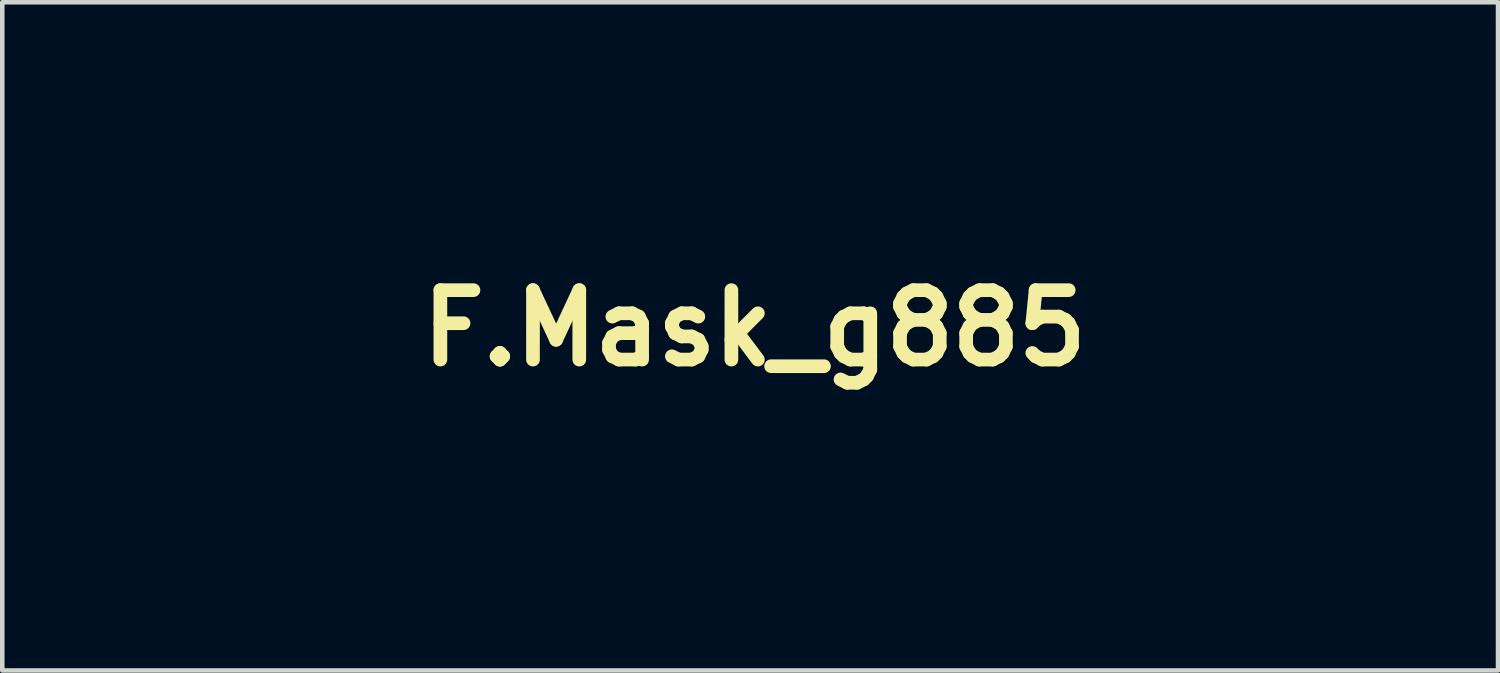
<source format=kicad_pcb>
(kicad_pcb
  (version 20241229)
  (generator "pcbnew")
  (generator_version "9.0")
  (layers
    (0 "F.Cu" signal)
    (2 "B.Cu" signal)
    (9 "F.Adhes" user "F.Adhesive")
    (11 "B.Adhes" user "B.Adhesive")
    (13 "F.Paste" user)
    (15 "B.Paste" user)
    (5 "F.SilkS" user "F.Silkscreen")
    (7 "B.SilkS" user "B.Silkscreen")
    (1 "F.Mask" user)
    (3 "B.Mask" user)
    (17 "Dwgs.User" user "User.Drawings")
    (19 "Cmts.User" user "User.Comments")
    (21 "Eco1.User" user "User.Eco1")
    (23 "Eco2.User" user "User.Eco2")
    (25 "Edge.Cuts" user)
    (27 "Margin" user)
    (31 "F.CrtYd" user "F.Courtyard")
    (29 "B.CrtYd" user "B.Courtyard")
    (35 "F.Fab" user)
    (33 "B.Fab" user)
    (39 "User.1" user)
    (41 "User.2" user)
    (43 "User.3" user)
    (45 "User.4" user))
  (footprint "F.Mask_g885"
    (layer "F.Cu")
    (at 13.509 4.152)
    (property "Reference" "F.Mask_g885" (at 0 0 0) (layer "F.SilkS") (effects (font (size 1.524 1.524) (thickness 0.3))))
    (attr through_hole)
    (fp_poly (pts (xy 0.339 -2.561) (xy 0.191 -2.561) (xy 0.191 -3.387) (xy 0.339 -3.387) (xy 0.339 -2.561)) (stroke (width 0.01) (type solid)) (fill yes) (layer "F.Mask"))
    (fp_poly (pts (xy 0.741 -2.561) (xy 0.572 -2.561) (xy 0.572 -3.154) (xy 0.741 -3.154) (xy 0.741 -2.561)) (stroke (width 0.01) (type solid)) (fill yes) (layer "F.Mask"))
    (fp_poly (pts (xy 2.011 -1.206) (xy 1.863 -1.206) (xy 1.863 -2.032) (xy 2.011 -2.032) (xy 2.011 -1.206)) (stroke (width 0.01) (type solid)) (fill yes) (layer "F.Mask"))
    (fp_poly (pts (xy 10.218 -3.15) (xy 10.298 -3.143) (xy 10.303 -2.852) (xy 10.309 -2.561) (xy 10.139 -2.561) (xy 10.139 -3.156) (xy 10.218 -3.15)) (stroke (width 0.01) (type solid)) (fill yes) (layer "F.Mask"))
    (fp_poly (pts (xy 0.688 -3.357) (xy 0.73 -3.33) (xy 0.74 -3.29) (xy 0.716 -3.25) (xy 0.7 -3.239) (xy 0.664 -3.222) (xy 0.64 -3.223) (xy 0.609 -3.24) (xy 0.579 -3.275) (xy 0.574 -3.319) (xy 0.594 -3.353) (xy 0.603 -3.358) (xy 0.648 -3.362) (xy 0.688 -3.357)) (stroke (width 0.01) (type solid)) (fill yes) (layer "F.Mask"))
    (fp_poly (pts (xy 10.255 -3.357) (xy 10.297 -3.33) (xy 10.307 -3.29) (xy 10.283 -3.25) (xy 10.267 -3.239) (xy 10.231 -3.222) (xy 10.207 -3.223) (xy 10.176 -3.24) (xy 10.146 -3.275) (xy 10.141 -3.319) (xy 10.161 -3.353) (xy 10.171 -3.358) (xy 10.215 -3.362) (xy 10.255 -3.357)) (stroke (width 0.01) (type solid)) (fill yes) (layer "F.Mask"))
    (fp_poly (pts (xy 6.329 2.026) (xy 6.144 2.038) (xy 5.941 2.066) (xy 5.77 2.123) (xy 5.63 2.207) (xy 5.522 2.32) (xy 5.472 2.402) (xy 5.408 2.526) (xy 5.402 3.263) (xy 5.395 4) (xy 4.889 4) (xy 4.889 1.693) (xy 5.355 1.693) (xy 5.355 2.065) (xy 5.509 1.915) (xy 5.63 1.805) (xy 5.743 1.727) (xy 5.857 1.676) (xy 5.984 1.646) (xy 6.122 1.634) (xy 6.329 1.625) (xy 6.329 2.026)) (stroke (width 0.01) (type solid)) (fill yes) (layer "F.Mask"))
    (fp_poly (pts (xy 2.064 -2.887) (xy 2.238 -3.022) (xy 2.319 -3.083) (xy 2.376 -3.122) (xy 2.419 -3.143) (xy 2.458 -3.151) (xy 2.501 -3.15) (xy 2.59 -3.143) (xy 2.257 -2.893) (xy 2.431 -2.727) (xy 2.606 -2.561) (xy 2.505 -2.561) (xy 2.454 -2.563) (xy 2.414 -2.573) (xy 2.374 -2.597) (xy 2.325 -2.64) (xy 2.272 -2.692) (xy 2.207 -2.755) (xy 2.163 -2.79) (xy 2.134 -2.804) (xy 2.113 -2.799) (xy 2.107 -2.795) (xy 2.083 -2.749) (xy 2.074 -2.667) (xy 2.074 -2.664) (xy 2.074 -2.561) (xy 1.905 -2.561) (xy 1.905 -3.387) (xy 2.079 -3.387) (xy 2.064 -2.887)) (stroke (width 0.01) (type solid)) (fill yes) (layer "F.Mask"))
    (fp_poly (pts (xy 7.137 -3.147) (xy 7.154 -3.122) (xy 7.154 -3.111) (xy 7.157 -3.081) (xy 7.17 -3.072) (xy 7.203 -3.087) (xy 7.244 -3.111) (xy 7.332 -3.145) (xy 7.414 -3.154) (xy 7.475 -3.152) (xy 7.504 -3.142) (xy 7.514 -3.119) (xy 7.514 -3.104) (xy 7.51 -3.075) (xy 7.492 -3.058) (xy 7.448 -3.049) (xy 7.394 -3.043) (xy 7.317 -3.033) (xy 7.266 -3.013) (xy 7.227 -2.978) (xy 7.225 -2.976) (xy 7.2 -2.942) (xy 7.185 -2.904) (xy 7.178 -2.849) (xy 7.176 -2.767) (xy 7.176 -2.74) (xy 7.176 -2.561) (xy 7.027 -2.561) (xy 7.027 -3.154) (xy 7.091 -3.154) (xy 7.137 -3.147)) (stroke (width 0.01) (type solid)) (fill yes) (layer "F.Mask"))
    (fp_poly (pts (xy 10.905 -1.793) (xy 10.921 -1.768) (xy 10.922 -1.757) (xy 10.927 -1.722) (xy 10.935 -1.714) (xy 10.958 -1.726) (xy 10.998 -1.755) (xy 11.001 -1.757) (xy 11.058 -1.786) (xy 11.138 -1.798) (xy 11.17 -1.799) (xy 11.236 -1.798) (xy 11.269 -1.791) (xy 11.279 -1.774) (xy 11.278 -1.752) (xy 11.268 -1.723) (xy 11.242 -1.706) (xy 11.188 -1.696) (xy 11.158 -1.693) (xy 11.08 -1.68) (xy 11.028 -1.655) (xy 10.994 -1.623) (xy 10.968 -1.588) (xy 10.953 -1.55) (xy 10.946 -1.497) (xy 10.943 -1.416) (xy 10.943 -1.385) (xy 10.943 -1.206) (xy 10.795 -1.206) (xy 10.795 -1.799) (xy 10.858 -1.799) (xy 10.905 -1.793)) (stroke (width 0.01) (type solid)) (fill yes) (layer "F.Mask"))
    (fp_poly (pts (xy 10.52 -0.192) (xy 10.687 -0.319) (xy 10.766 -0.379) (xy 10.822 -0.416) (xy 10.865 -0.435) (xy 10.904 -0.442) (xy 10.945 -0.441) (xy 11.036 -0.434) (xy 10.874 -0.312) (xy 10.712 -0.191) (xy 10.886 -0.022) (xy 11.06 0.147) (xy 10.965 0.148) (xy 10.917 0.146) (xy 10.878 0.135) (xy 10.838 0.11) (xy 10.787 0.065) (xy 10.737 0.016) (xy 10.671 -0.048) (xy 10.626 -0.084) (xy 10.595 -0.099) (xy 10.572 -0.095) (xy 10.567 -0.093) (xy 10.54 -0.056) (xy 10.526 0.015) (xy 10.524 0.039) (xy 10.519 0.103) (xy 10.509 0.135) (xy 10.485 0.147) (xy 10.445 0.148) (xy 10.372 0.148) (xy 10.372 -0.699) (xy 10.52 -0.699) (xy 10.52 -0.192)) (stroke (width 0.01) (type solid)) (fill yes) (layer "F.Mask"))
    (fp_poly (pts (xy 5.884 -0.384) (xy 5.953 -0.418) (xy 6.032 -0.442) (xy 6.133 -0.452) (xy 6.235 -0.446) (xy 6.323 -0.426) (xy 6.344 -0.416) (xy 6.39 -0.382) (xy 6.423 -0.329) (xy 6.443 -0.253) (xy 6.453 -0.146) (xy 6.456 -0.037) (xy 6.456 0.148) (xy 6.287 0.148) (xy 6.287 -0.074) (xy 6.286 -0.173) (xy 6.283 -0.239) (xy 6.276 -0.28) (xy 6.264 -0.305) (xy 6.243 -0.323) (xy 6.233 -0.33) (xy 6.166 -0.354) (xy 6.082 -0.355) (xy 6.001 -0.336) (xy 5.943 -0.301) (xy 5.921 -0.272) (xy 5.907 -0.231) (xy 5.897 -0.168) (xy 5.89 -0.074) (xy 5.889 -0.055) (xy 5.879 0.148) (xy 5.736 0.148) (xy 5.736 -0.699) (xy 5.884 -0.699) (xy 5.884 -0.384)) (stroke (width 0.01) (type solid)) (fill yes) (layer "F.Mask"))
    (fp_poly (pts (xy 11.239 -3.092) (xy 11.313 -3.123) (xy 11.407 -3.149) (xy 11.508 -3.154) (xy 11.606 -3.141) (xy 11.69 -3.112) (xy 11.749 -3.069) (xy 11.769 -3.037) (xy 11.778 -2.992) (xy 11.785 -2.918) (xy 11.789 -2.825) (xy 11.79 -2.771) (xy 11.79 -2.561) (xy 11.642 -2.561) (xy 11.642 -2.76) (xy 11.638 -2.878) (xy 11.626 -2.961) (xy 11.601 -3.014) (xy 11.559 -3.043) (xy 11.496 -3.054) (xy 11.45 -3.054) (xy 11.377 -3.05) (xy 11.331 -3.034) (xy 11.294 -3.003) (xy 11.288 -2.996) (xy 11.264 -2.964) (xy 11.25 -2.927) (xy 11.242 -2.874) (xy 11.24 -2.795) (xy 11.239 -2.75) (xy 11.239 -2.561) (xy 11.091 -2.561) (xy 11.091 -3.387) (xy 11.239 -3.387) (xy 11.239 -3.092)) (stroke (width 0.01) (type solid)) (fill yes) (layer "F.Mask"))
    (fp_poly (pts (xy 2.392 -1.587) (xy 2.395 -1.469) (xy 2.406 -1.387) (xy 2.43 -1.334) (xy 2.47 -1.305) (xy 2.531 -1.293) (xy 2.583 -1.291) (xy 2.658 -1.296) (xy 2.708 -1.315) (xy 2.742 -1.343) (xy 2.766 -1.371) (xy 2.782 -1.402) (xy 2.79 -1.446) (xy 2.793 -1.513) (xy 2.794 -1.597) (xy 2.794 -1.799) (xy 2.942 -1.799) (xy 2.942 -1.206) (xy 2.879 -1.206) (xy 2.829 -1.216) (xy 2.815 -1.239) (xy 2.811 -1.259) (xy 2.79 -1.254) (xy 2.763 -1.237) (xy 2.704 -1.213) (xy 2.619 -1.198) (xy 2.525 -1.193) (xy 2.438 -1.199) (xy 2.398 -1.207) (xy 2.336 -1.233) (xy 2.293 -1.271) (xy 2.265 -1.329) (xy 2.25 -1.412) (xy 2.244 -1.527) (xy 2.244 -1.569) (xy 2.244 -1.799) (xy 2.392 -1.799) (xy 2.392 -1.587)) (stroke (width 0.01) (type solid)) (fill yes) (layer "F.Mask"))
    (fp_poly (pts (xy -1.803 -1.797) (xy -1.762 -1.784) (xy -1.723 -1.754) (xy -1.672 -1.698) (xy -1.668 -1.693) (xy -1.575 -1.588) (xy -1.471 -1.693) (xy -1.41 -1.751) (xy -1.365 -1.784) (xy -1.321 -1.797) (xy -1.287 -1.799) (xy -1.235 -1.796) (xy -1.208 -1.787) (xy -1.206 -1.784) (xy -1.22 -1.763) (xy -1.258 -1.72) (xy -1.312 -1.663) (xy -1.338 -1.636) (xy -1.47 -1.503) (xy -1.323 -1.355) (xy -1.176 -1.206) (xy -1.274 -1.206) (xy -1.328 -1.209) (xy -1.369 -1.221) (xy -1.408 -1.251) (xy -1.46 -1.304) (xy -1.47 -1.316) (xy -1.569 -1.425) (xy -1.679 -1.316) (xy -1.742 -1.257) (xy -1.788 -1.224) (xy -1.83 -1.209) (xy -1.873 -1.206) (xy -1.957 -1.206) (xy -1.81 -1.355) (xy -1.663 -1.503) (xy -1.957 -1.799) (xy -1.858 -1.799) (xy -1.803 -1.797)) (stroke (width 0.01) (type solid)) (fill yes) (layer "F.Mask"))
    (fp_poly (pts (xy 0.669 -1.796) (xy 0.736 -1.787) (xy 0.769 -1.77) (xy 0.774 -1.743) (xy 0.765 -1.72) (xy 0.745 -1.694) (xy 0.714 -1.686) (xy 0.658 -1.694) (xy 0.652 -1.695) (xy 0.534 -1.704) (xy 0.441 -1.683) (xy 0.375 -1.634) (xy 0.339 -1.558) (xy 0.333 -1.504) (xy 0.349 -1.408) (xy 0.395 -1.34) (xy 0.471 -1.302) (xy 0.575 -1.294) (xy 0.661 -1.305) (xy 0.721 -1.317) (xy 0.751 -1.316) (xy 0.761 -1.298) (xy 0.762 -1.269) (xy 0.756 -1.23) (xy 0.731 -1.21) (xy 0.683 -1.199) (xy 0.53 -1.187) (xy 0.399 -1.208) (xy 0.376 -1.216) (xy 0.272 -1.269) (xy 0.205 -1.345) (xy 0.173 -1.443) (xy 0.169 -1.493) (xy 0.185 -1.606) (xy 0.234 -1.693) (xy 0.316 -1.754) (xy 0.431 -1.789) (xy 0.565 -1.799) (xy 0.669 -1.796)) (stroke (width 0.01) (type solid)) (fill yes) (layer "F.Mask"))
    (fp_poly (pts (xy 2.177 -0.447) (xy 2.268 -0.414) (xy 2.323 -0.37) (xy 2.344 -0.342) (xy 2.358 -0.31) (xy 2.366 -0.264) (xy 2.37 -0.195) (xy 2.371 -0.094) (xy 2.371 -0.083) (xy 2.371 0.148) (xy 2.223 0.148) (xy 2.222 -0.037) (xy 2.221 -0.127) (xy 2.217 -0.204) (xy 2.212 -0.257) (xy 2.21 -0.267) (xy 2.177 -0.316) (xy 2.116 -0.347) (xy 2.038 -0.359) (xy 1.956 -0.348) (xy 1.907 -0.329) (xy 1.869 -0.306) (xy 1.844 -0.278) (xy 1.83 -0.236) (xy 1.823 -0.172) (xy 1.82 -0.077) (xy 1.82 -0.041) (xy 1.82 0.148) (xy 1.672 0.148) (xy 1.672 -0.445) (xy 1.736 -0.445) (xy 1.786 -0.435) (xy 1.799 -0.412) (xy 1.804 -0.392) (xy 1.826 -0.395) (xy 1.857 -0.41) (xy 1.96 -0.446) (xy 2.07 -0.458) (xy 2.177 -0.447)) (stroke (width 0.01) (type solid)) (fill yes) (layer "F.Mask"))
    (fp_poly (pts (xy 6.816 -0.242) (xy 6.816 -0.147) (xy 6.82 -0.084) (xy 6.829 -0.043) (xy 6.846 -0.013) (xy 6.87 0.014) (xy 6.909 0.047) (xy 6.949 0.061) (xy 7.008 0.06) (xy 7.033 0.058) (xy 7.108 0.046) (xy 7.16 0.022) (xy 7.193 -0.021) (xy 7.211 -0.089) (xy 7.217 -0.189) (xy 7.218 -0.246) (xy 7.218 -0.445) (xy 7.387 -0.445) (xy 7.387 0.148) (xy 7.313 0.148) (xy 7.257 0.141) (xy 7.239 0.118) (xy 7.233 0.1) (xy 7.209 0.104) (xy 7.181 0.117) (xy 7.102 0.142) (xy 7.002 0.157) (xy 6.901 0.158) (xy 6.837 0.149) (xy 6.771 0.12) (xy 6.716 0.075) (xy 6.715 0.075) (xy 6.694 0.046) (xy 6.68 0.014) (xy 6.672 -0.032) (xy 6.668 -0.1) (xy 6.668 -0.201) (xy 6.668 -0.213) (xy 6.668 -0.445) (xy 6.816 -0.445) (xy 6.816 -0.242)) (stroke (width 0.01) (type solid)) (fill yes) (layer "F.Mask"))
    (fp_poly (pts (xy 4.728 -1.79) (xy 4.741 -1.767) (xy 4.743 -1.744) (xy 4.755 -1.739) (xy 4.788 -1.752) (xy 4.824 -1.77) (xy 4.882 -1.789) (xy 4.96 -1.797) (xy 5.052 -1.796) (xy 5.136 -1.79) (xy 5.19 -1.78) (xy 5.227 -1.763) (xy 5.257 -1.734) (xy 5.262 -1.729) (xy 5.285 -1.699) (xy 5.299 -1.668) (xy 5.308 -1.624) (xy 5.312 -1.559) (xy 5.313 -1.463) (xy 5.313 -1.438) (xy 5.313 -1.206) (xy 5.165 -1.206) (xy 5.165 -1.417) (xy 5.163 -1.522) (xy 5.157 -1.592) (xy 5.147 -1.636) (xy 5.131 -1.66) (xy 5.064 -1.7) (xy 4.981 -1.712) (xy 4.896 -1.697) (xy 4.825 -1.657) (xy 4.806 -1.637) (xy 4.784 -1.602) (xy 4.771 -1.559) (xy 4.764 -1.496) (xy 4.763 -1.403) (xy 4.763 -1.394) (xy 4.763 -1.206) (xy 4.614 -1.206) (xy 4.614 -1.799) (xy 4.678 -1.799) (xy 4.728 -1.79)) (stroke (width 0.01) (type solid)) (fill yes) (layer "F.Mask"))
    (fp_poly (pts (xy 8.493 1.657) (xy 8.686 1.701) (xy 8.846 1.769) (xy 8.973 1.861) (xy 9.069 1.978) (xy 9.07 1.979) (xy 9.133 2.082) (xy 9.139 3.041) (xy 9.145 4) (xy 8.659 4) (xy 8.653 3.126) (xy 8.647 2.251) (xy 8.585 2.171) (xy 8.517 2.104) (xy 8.426 2.045) (xy 8.405 2.035) (xy 8.345 2.009) (xy 8.29 1.993) (xy 8.228 1.984) (xy 8.145 1.98) (xy 8.065 1.98) (xy 7.949 1.982) (xy 7.863 1.99) (xy 7.793 2.004) (xy 7.725 2.027) (xy 7.724 2.028) (xy 7.579 2.105) (xy 7.462 2.21) (xy 7.371 2.348) (xy 7.362 2.366) (xy 7.292 2.507) (xy 7.28 4) (xy 6.773 4) (xy 6.773 1.693) (xy 7.239 1.693) (xy 7.239 2.036) (xy 7.358 1.927) (xy 7.508 1.809) (xy 7.668 1.723) (xy 7.843 1.667) (xy 8.04 1.638) (xy 8.266 1.636) (xy 8.493 1.657)) (stroke (width 0.01) (type solid)) (fill yes) (layer "F.Mask"))
    (fp_poly (pts (xy -0.809 0.013) (xy -0.584 -0.445) (xy -0.503 -0.445) (xy -0.452 -0.441) (xy -0.425 -0.432) (xy -0.424 -0.429) (xy -0.434 -0.406) (xy -0.461 -0.352) (xy -0.502 -0.273) (xy -0.555 -0.175) (xy -0.615 -0.063) (xy -0.62 -0.054) (xy -0.699 0.09) (xy -0.764 0.2) (xy -0.818 0.281) (xy -0.868 0.337) (xy -0.916 0.372) (xy -0.968 0.392) (xy -1.028 0.401) (xy -1.083 0.402) (xy -1.152 0.401) (xy -1.19 0.393) (xy -1.205 0.378) (xy -1.206 0.36) (xy -1.199 0.332) (xy -1.17 0.32) (xy -1.125 0.318) (xy -1.033 0.298) (xy -0.952 0.245) (xy -0.909 0.188) (xy -0.903 0.166) (xy -0.908 0.134) (xy -0.926 0.087) (xy -0.961 0.018) (xy -1.013 -0.079) (xy -1.046 -0.139) (xy -1.102 -0.237) (xy -1.149 -0.322) (xy -1.184 -0.388) (xy -1.203 -0.426) (xy -1.206 -0.434) (xy -1.188 -0.441) (xy -1.141 -0.444) (xy -1.127 -0.445) (xy -1.048 -0.445) (xy -0.809 0.013)) (stroke (width 0.01) (type solid)) (fill yes) (layer "F.Mask"))
    (fp_poly (pts (xy 5.73 -3.14) (xy 5.842 -3.098) (xy 5.923 -3.028) (xy 5.971 -2.931) (xy 5.98 -2.896) (xy 5.978 -2.798) (xy 5.943 -2.704) (xy 5.881 -2.627) (xy 5.829 -2.593) (xy 5.744 -2.565) (xy 5.636 -2.55) (xy 5.527 -2.547) (xy 5.435 -2.56) (xy 5.425 -2.562) (xy 5.33 -2.611) (xy 5.261 -2.686) (xy 5.221 -2.779) (xy 5.218 -2.822) (xy 5.377 -2.822) (xy 5.398 -2.743) (xy 5.428 -2.698) (xy 5.492 -2.661) (xy 5.577 -2.645) (xy 5.667 -2.651) (xy 5.722 -2.669) (xy 5.776 -2.715) (xy 5.81 -2.786) (xy 5.821 -2.867) (xy 5.806 -2.946) (xy 5.788 -2.979) (xy 5.732 -3.026) (xy 5.653 -3.051) (xy 5.566 -3.054) (xy 5.484 -3.035) (xy 5.42 -2.993) (xy 5.409 -2.979) (xy 5.38 -2.907) (xy 5.377 -2.822) (xy 5.218 -2.822) (xy 5.213 -2.879) (xy 5.239 -2.979) (xy 5.276 -3.039) (xy 5.351 -3.104) (xy 5.456 -3.142) (xy 5.587 -3.154) (xy 5.73 -3.14)) (stroke (width 0.01) (type solid)) (fill yes) (layer "F.Mask"))
    (fp_poly (pts (xy -2.565 -0.446) (xy -2.567 -0.347) (xy -2.568 -0.267) (xy -2.568 -0.212) (xy -2.566 -0.19) (xy -2.566 -0.19) (xy -2.548 -0.203) (xy -2.505 -0.236) (xy -2.443 -0.284) (xy -2.401 -0.318) (xy -2.323 -0.378) (xy -2.267 -0.415) (xy -2.222 -0.435) (xy -2.178 -0.443) (xy -2.143 -0.445) (xy -2.089 -0.441) (xy -2.064 -0.433) (xy -2.065 -0.427) (xy -2.09 -0.406) (xy -2.14 -0.368) (xy -2.205 -0.32) (xy -2.223 -0.307) (xy -2.288 -0.258) (xy -2.339 -0.22) (xy -2.367 -0.199) (xy -2.369 -0.197) (xy -2.359 -0.18) (xy -2.322 -0.141) (xy -2.267 -0.085) (xy -2.2 -0.022) (xy -2.021 0.146) (xy -2.118 0.147) (xy -2.187 0.142) (xy -2.235 0.121) (xy -2.277 0.083) (xy -2.358 0.004) (xy -2.431 -0.054) (xy -2.49 -0.088) (xy -2.527 -0.093) (xy -2.549 -0.072) (xy -2.559 -0.024) (xy -2.561 0.034) (xy -2.561 0.148) (xy -2.731 0.148) (xy -2.72 -0.688) (xy -2.559 -0.701) (xy -2.565 -0.446)) (stroke (width 0.01) (type solid)) (fill yes) (layer "F.Mask"))
    (fp_poly (pts (xy -2.349 1.693) (xy -1.863 1.693) (xy -1.863 2.011) (xy -2.349 2.011) (xy -2.349 2.801) (xy -2.349 3.042) (xy -2.347 3.245) (xy -2.344 3.409) (xy -2.339 3.533) (xy -2.333 3.616) (xy -2.326 3.658) (xy -2.285 3.716) (xy -2.207 3.751) (xy -2.095 3.765) (xy -1.995 3.76) (xy -1.863 3.748) (xy -1.863 3.905) (xy -1.865 3.982) (xy -1.871 4.042) (xy -1.88 4.072) (xy -1.881 4.073) (xy -1.914 4.081) (xy -1.979 4.087) (xy -2.066 4.092) (xy -2.164 4.095) (xy -2.265 4.096) (xy -2.356 4.095) (xy -2.428 4.091) (xy -2.466 4.086) (xy -2.61 4.041) (xy -2.718 3.977) (xy -2.789 3.895) (xy -2.814 3.835) (xy -2.82 3.794) (xy -2.825 3.713) (xy -2.829 3.596) (xy -2.832 3.447) (xy -2.834 3.269) (xy -2.836 3.064) (xy -2.836 2.884) (xy -2.836 2.011) (xy -3.239 2.011) (xy -3.239 1.693) (xy -2.836 1.693) (xy -2.836 1.058) (xy -2.349 1.058) (xy -2.349 1.693)) (stroke (width 0.01) (type solid)) (fill yes) (layer "F.Mask"))
    (fp_poly (pts (xy 8.319 -2.561) (xy 8.259 -2.561) (xy 8.208 -2.568) (xy 8.178 -2.583) (xy 8.143 -2.591) (xy 8.08 -2.572) (xy 7.961 -2.544) (xy 7.835 -2.549) (xy 7.735 -2.58) (xy 7.656 -2.637) (xy 7.604 -2.717) (xy 7.58 -2.81) (xy 7.581 -2.846) (xy 7.74 -2.846) (xy 7.753 -2.765) (xy 7.793 -2.7) (xy 7.799 -2.694) (xy 7.866 -2.66) (xy 7.952 -2.645) (xy 8.038 -2.652) (xy 8.101 -2.678) (xy 8.143 -2.731) (xy 8.163 -2.809) (xy 8.158 -2.897) (xy 8.149 -2.932) (xy 8.106 -3.002) (xy 8.039 -3.046) (xy 7.959 -3.063) (xy 7.876 -3.051) (xy 7.803 -3.008) (xy 7.791 -2.997) (xy 7.752 -2.929) (xy 7.74 -2.846) (xy 7.581 -2.846) (xy 7.583 -2.908) (xy 7.613 -3) (xy 7.671 -3.077) (xy 7.726 -3.115) (xy 7.807 -3.142) (xy 7.907 -3.153) (xy 8.009 -3.149) (xy 8.093 -3.128) (xy 8.108 -3.122) (xy 8.17 -3.089) (xy 8.17 -3.387) (xy 8.319 -3.387) (xy 8.319 -2.561)) (stroke (width 0.01) (type solid)) (fill yes) (layer "F.Mask"))
    (fp_poly (pts (xy 1.427 -1.785) (xy 1.535 -1.743) (xy 1.611 -1.674) (xy 1.656 -1.577) (xy 1.665 -1.521) (xy 1.657 -1.413) (xy 1.611 -1.321) (xy 1.532 -1.251) (xy 1.517 -1.243) (xy 1.422 -1.21) (xy 1.309 -1.194) (xy 1.196 -1.197) (xy 1.115 -1.215) (xy 1.009 -1.273) (xy 0.937 -1.352) (xy 0.9 -1.448) (xy 0.901 -1.482) (xy 1.057 -1.482) (xy 1.081 -1.404) (xy 1.132 -1.341) (xy 1.206 -1.3) (xy 1.27 -1.291) (xy 1.338 -1.297) (xy 1.395 -1.312) (xy 1.404 -1.316) (xy 1.464 -1.362) (xy 1.495 -1.425) (xy 1.502 -1.496) (xy 1.49 -1.58) (xy 1.452 -1.645) (xy 1.417 -1.679) (xy 1.379 -1.697) (xy 1.322 -1.703) (xy 1.28 -1.703) (xy 1.206 -1.699) (xy 1.159 -1.687) (xy 1.124 -1.66) (xy 1.108 -1.643) (xy 1.065 -1.565) (xy 1.057 -1.482) (xy 0.901 -1.482) (xy 0.903 -1.556) (xy 0.908 -1.579) (xy 0.948 -1.673) (xy 1.014 -1.739) (xy 1.108 -1.78) (xy 1.235 -1.798) (xy 1.287 -1.799) (xy 1.427 -1.785)) (stroke (width 0.01) (type solid)) (fill yes) (layer "F.Mask"))
    (fp_poly (pts (xy 5.341 -0.564) (xy 5.354 -0.534) (xy 5.355 -0.508) (xy 5.357 -0.472) (xy 5.37 -0.453) (xy 5.404 -0.446) (xy 5.47 -0.445) (xy 5.472 -0.445) (xy 5.539 -0.443) (xy 5.574 -0.435) (xy 5.587 -0.417) (xy 5.588 -0.402) (xy 5.583 -0.378) (xy 5.561 -0.365) (xy 5.512 -0.36) (xy 5.472 -0.36) (xy 5.355 -0.36) (xy 5.355 -0.17) (xy 5.357 -0.068) (xy 5.368 -0.001) (xy 5.391 0.039) (xy 5.431 0.058) (xy 5.494 0.063) (xy 5.513 0.064) (xy 5.565 0.068) (xy 5.586 0.087) (xy 5.588 0.103) (xy 5.569 0.138) (xy 5.52 0.16) (xy 5.449 0.165) (xy 5.365 0.152) (xy 5.348 0.148) (xy 5.288 0.125) (xy 5.247 0.096) (xy 5.223 0.051) (xy 5.211 -0.018) (xy 5.207 -0.118) (xy 5.207 -0.151) (xy 5.207 -0.36) (xy 5.144 -0.36) (xy 5.094 -0.37) (xy 5.08 -0.393) (xy 5.102 -0.419) (xy 5.141 -0.433) (xy 5.201 -0.466) (xy 5.229 -0.509) (xy 5.261 -0.558) (xy 5.305 -0.572) (xy 5.341 -0.564)) (stroke (width 0.01) (type solid)) (fill yes) (layer "F.Mask"))
    (fp_poly (pts (xy 10.687 -3.263) (xy 10.706 -3.212) (xy 10.713 -3.179) (xy 10.731 -3.161) (xy 10.77 -3.155) (xy 10.828 -3.154) (xy 10.894 -3.152) (xy 10.929 -3.145) (xy 10.941 -3.127) (xy 10.943 -3.101) (xy 10.94 -3.071) (xy 10.924 -3.055) (xy 10.885 -3.049) (xy 10.826 -3.048) (xy 10.709 -3.048) (xy 10.715 -2.852) (xy 10.721 -2.656) (xy 10.832 -2.65) (xy 10.898 -2.644) (xy 10.932 -2.632) (xy 10.943 -2.61) (xy 10.943 -2.605) (xy 10.927 -2.565) (xy 10.91 -2.553) (xy 10.856 -2.543) (xy 10.781 -2.542) (xy 10.706 -2.549) (xy 10.654 -2.561) (xy 10.603 -2.592) (xy 10.569 -2.64) (xy 10.549 -2.712) (xy 10.542 -2.816) (xy 10.541 -2.862) (xy 10.541 -2.951) (xy 10.538 -3.006) (xy 10.53 -3.035) (xy 10.515 -3.046) (xy 10.491 -3.048) (xy 10.488 -3.048) (xy 10.445 -3.06) (xy 10.433 -3.089) (xy 10.449 -3.12) (xy 10.494 -3.142) (xy 10.494 -3.142) (xy 10.55 -3.173) (xy 10.578 -3.22) (xy 10.61 -3.267) (xy 10.65 -3.281) (xy 10.687 -3.263)) (stroke (width 0.01) (type solid)) (fill yes) (layer "F.Mask"))
    (fp_poly (pts (xy -0.627 -3.144) (xy -0.614 -3.122) (xy -0.607 -3.096) (xy -0.582 -3.096) (xy -0.531 -3.121) (xy -0.529 -3.122) (xy -0.455 -3.146) (xy -0.359 -3.154) (xy -0.259 -3.145) (xy -0.17 -3.12) (xy -0.147 -3.108) (xy -0.073 -3.044) (xy -0.027 -2.959) (xy -0.009 -2.861) (xy -0.019 -2.762) (xy -0.058 -2.671) (xy -0.126 -2.599) (xy -0.137 -2.591) (xy -0.208 -2.562) (xy -0.303 -2.547) (xy -0.403 -2.546) (xy -0.491 -2.56) (xy -0.513 -2.568) (xy -0.593 -2.601) (xy -0.593 -2.286) (xy -0.741 -2.286) (xy -0.741 -2.839) (xy -0.59 -2.839) (xy -0.576 -2.759) (xy -0.541 -2.695) (xy -0.53 -2.684) (xy -0.475 -2.659) (xy -0.398 -2.646) (xy -0.318 -2.647) (xy -0.266 -2.659) (xy -0.22 -2.697) (xy -0.188 -2.762) (xy -0.173 -2.84) (xy -0.177 -2.918) (xy -0.202 -2.979) (xy -0.26 -3.028) (xy -0.338 -3.053) (xy -0.424 -3.053) (xy -0.502 -3.028) (xy -0.553 -2.987) (xy -0.583 -2.921) (xy -0.59 -2.839) (xy -0.741 -2.839) (xy -0.741 -3.154) (xy -0.677 -3.154) (xy -0.627 -3.144)) (stroke (width 0.01) (type solid)) (fill yes) (layer "F.Mask"))
    (fp_poly (pts (xy 4.466 -3.089) (xy 4.529 -3.122) (xy 4.605 -3.145) (xy 4.702 -3.153) (xy 4.803 -3.146) (xy 4.89 -3.125) (xy 4.905 -3.118) (xy 4.966 -3.077) (xy 5.016 -3.023) (xy 5.019 -3.018) (xy 5.049 -2.937) (xy 5.058 -2.838) (xy 5.046 -2.74) (xy 5.026 -2.685) (xy 4.97 -2.62) (xy 4.885 -2.573) (xy 4.781 -2.548) (xy 4.67 -2.546) (xy 4.56 -2.569) (xy 4.542 -2.577) (xy 4.484 -2.596) (xy 4.455 -2.594) (xy 4.45 -2.586) (xy 4.425 -2.568) (xy 4.38 -2.561) (xy 4.318 -2.561) (xy 4.318 -2.84) (xy 4.484 -2.84) (xy 4.489 -2.771) (xy 4.51 -2.725) (xy 4.54 -2.694) (xy 4.61 -2.656) (xy 4.693 -2.643) (xy 4.775 -2.654) (xy 4.839 -2.69) (xy 4.843 -2.694) (xy 4.892 -2.775) (xy 4.903 -2.869) (xy 4.882 -2.947) (xy 4.834 -3.014) (xy 4.759 -3.052) (xy 4.664 -3.057) (xy 4.61 -3.047) (xy 4.543 -3.017) (xy 4.503 -2.968) (xy 4.486 -2.891) (xy 4.484 -2.84) (xy 4.318 -2.84) (xy 4.318 -3.387) (xy 4.466 -3.387) (xy 4.466 -3.089)) (stroke (width 0.01) (type solid)) (fill yes) (layer "F.Mask"))
    (fp_poly (pts (xy 6.821 -1.92) (xy 6.835 -1.891) (xy 6.837 -1.863) (xy 6.839 -1.826) (xy 6.852 -1.807) (xy 6.886 -1.8) (xy 6.951 -1.799) (xy 6.953 -1.799) (xy 7.021 -1.797) (xy 7.056 -1.789) (xy 7.068 -1.772) (xy 7.07 -1.757) (xy 7.065 -1.732) (xy 7.043 -1.72) (xy 6.994 -1.715) (xy 6.953 -1.714) (xy 6.837 -1.714) (xy 6.837 -1.528) (xy 6.84 -1.425) (xy 6.849 -1.353) (xy 6.862 -1.317) (xy 6.862 -1.317) (xy 6.898 -1.301) (xy 6.957 -1.292) (xy 6.979 -1.291) (xy 7.037 -1.288) (xy 7.064 -1.275) (xy 7.07 -1.251) (xy 7.054 -1.211) (xy 7.036 -1.198) (xy 6.97 -1.187) (xy 6.885 -1.19) (xy 6.805 -1.207) (xy 6.782 -1.216) (xy 6.742 -1.236) (xy 6.716 -1.262) (xy 6.7 -1.302) (xy 6.692 -1.364) (xy 6.689 -1.456) (xy 6.689 -1.515) (xy 6.689 -1.714) (xy 6.625 -1.714) (xy 6.576 -1.725) (xy 6.562 -1.748) (xy 6.584 -1.774) (xy 6.624 -1.788) (xy 6.68 -1.817) (xy 6.707 -1.864) (xy 6.734 -1.911) (xy 6.776 -1.926) (xy 6.783 -1.926) (xy 6.821 -1.92)) (stroke (width 0.01) (type solid)) (fill yes) (layer "F.Mask"))
    (fp_poly (pts (xy 12.152 -0.223) (xy 12.197 -0.136) (xy 12.236 -0.065) (xy 12.264 -0.018) (xy 12.277 -0.001) (xy 12.289 -0.02) (xy 12.316 -0.069) (xy 12.352 -0.141) (xy 12.392 -0.223) (xy 12.496 -0.445) (xy 12.577 -0.445) (xy 12.628 -0.441) (xy 12.656 -0.433) (xy 12.658 -0.431) (xy 12.647 -0.401) (xy 12.62 -0.343) (xy 12.578 -0.262) (xy 12.526 -0.166) (xy 12.469 -0.063) (xy 12.41 0.042) (xy 12.353 0.141) (xy 12.302 0.226) (xy 12.261 0.291) (xy 12.234 0.328) (xy 12.23 0.332) (xy 12.188 0.366) (xy 12.138 0.385) (xy 12.068 0.396) (xy 12.033 0.398) (xy 11.959 0.402) (xy 11.918 0.4) (xy 11.9 0.389) (xy 11.896 0.365) (xy 11.896 0.355) (xy 11.902 0.317) (xy 11.93 0.309) (xy 11.949 0.312) (xy 12.03 0.308) (xy 12.105 0.269) (xy 12.159 0.205) (xy 12.195 0.138) (xy 12.035 -0.146) (xy 11.98 -0.244) (xy 11.933 -0.328) (xy 11.897 -0.392) (xy 11.878 -0.43) (xy 11.874 -0.437) (xy 11.893 -0.442) (xy 11.94 -0.444) (xy 11.956 -0.445) (xy 12.038 -0.445) (xy 12.152 -0.223)) (stroke (width 0.01) (type solid)) (fill yes) (layer "F.Mask"))
    (fp_poly (pts (xy 12.933 -1.206) (xy 12.869 -1.206) (xy 12.819 -1.216) (xy 12.806 -1.237) (xy 12.799 -1.253) (xy 12.774 -1.251) (xy 12.72 -1.229) (xy 12.716 -1.227) (xy 12.588 -1.191) (xy 12.459 -1.197) (xy 12.368 -1.226) (xy 12.282 -1.28) (xy 12.23 -1.351) (xy 12.208 -1.448) (xy 12.206 -1.488) (xy 12.207 -1.49) (xy 12.361 -1.49) (xy 12.376 -1.397) (xy 12.419 -1.334) (xy 12.493 -1.299) (xy 12.573 -1.291) (xy 12.648 -1.296) (xy 12.698 -1.315) (xy 12.733 -1.343) (xy 12.775 -1.413) (xy 12.787 -1.498) (xy 12.77 -1.584) (xy 12.734 -1.645) (xy 12.696 -1.681) (xy 12.653 -1.699) (xy 12.588 -1.704) (xy 12.573 -1.704) (xy 12.475 -1.689) (xy 12.408 -1.645) (xy 12.37 -1.571) (xy 12.361 -1.49) (xy 12.207 -1.49) (xy 12.219 -1.607) (xy 12.262 -1.697) (xy 12.334 -1.758) (xy 12.438 -1.79) (xy 12.569 -1.794) (xy 12.648 -1.788) (xy 12.713 -1.779) (xy 12.748 -1.769) (xy 12.767 -1.764) (xy 12.779 -1.778) (xy 12.784 -1.818) (xy 12.785 -1.892) (xy 12.785 -1.892) (xy 12.785 -2.032) (xy 12.933 -2.032) (xy 12.933 -1.206)) (stroke (width 0.01) (type solid)) (fill yes) (layer "F.Mask"))
    (fp_poly (pts (xy 4.183 -3.151) (xy 4.211 -3.143) (xy 4.212 -3.141) (xy 4.202 -3.114) (xy 4.175 -3.057) (xy 4.133 -2.978) (xy 4.083 -2.883) (xy 4.026 -2.781) (xy 3.968 -2.677) (xy 3.912 -2.579) (xy 3.862 -2.494) (xy 3.822 -2.428) (xy 3.796 -2.39) (xy 3.793 -2.386) (xy 3.722 -2.334) (xy 3.631 -2.3) (xy 3.537 -2.287) (xy 3.456 -2.3) (xy 3.455 -2.3) (xy 3.433 -2.328) (xy 3.429 -2.351) (xy 3.436 -2.377) (xy 3.466 -2.39) (xy 3.519 -2.393) (xy 3.6 -2.402) (xy 3.658 -2.434) (xy 3.711 -2.499) (xy 3.711 -2.5) (xy 3.724 -2.522) (xy 3.73 -2.544) (xy 3.726 -2.572) (xy 3.71 -2.613) (xy 3.679 -2.673) (xy 3.632 -2.759) (xy 3.588 -2.836) (xy 3.533 -2.935) (xy 3.486 -3.021) (xy 3.451 -3.088) (xy 3.432 -3.128) (xy 3.429 -3.137) (xy 3.448 -3.148) (xy 3.494 -3.151) (xy 3.508 -3.15) (xy 3.542 -3.146) (xy 3.569 -3.135) (xy 3.594 -3.112) (xy 3.622 -3.071) (xy 3.66 -3.003) (xy 3.705 -2.916) (xy 3.823 -2.689) (xy 3.937 -2.922) (xy 4.052 -3.154) (xy 4.132 -3.154) (xy 4.183 -3.151)) (stroke (width 0.01) (type solid)) (fill yes) (layer "F.Mask"))
    (fp_poly (pts (xy 9.186 -0.548) (xy 9.187 -0.47) (xy 9.192 -0.427) (xy 9.202 -0.41) (xy 9.22 -0.412) (xy 9.223 -0.413) (xy 9.357 -0.45) (xy 9.489 -0.453) (xy 9.609 -0.421) (xy 9.651 -0.4) (xy 9.72 -0.335) (xy 9.761 -0.25) (xy 9.775 -0.153) (xy 9.763 -0.056) (xy 9.725 0.032) (xy 9.66 0.099) (xy 9.636 0.114) (xy 9.554 0.142) (xy 9.454 0.157) (xy 9.359 0.157) (xy 9.324 0.15) (xy 9.26 0.13) (xy 9.213 0.109) (xy 9.178 0.094) (xy 9.166 0.105) (xy 9.165 0.116) (xy 9.147 0.141) (xy 9.102 0.148) (xy 9.038 0.148) (xy 9.038 -0.14) (xy 9.191 -0.14) (xy 9.211 -0.054) (xy 9.259 0.012) (xy 9.33 0.053) (xy 9.416 0.064) (xy 9.511 0.039) (xy 9.523 0.033) (xy 9.571 0.00037) (xy 9.598 -0.042) (xy 9.608 -0.107) (xy 9.61 -0.158) (xy 9.596 -0.25) (xy 9.554 -0.312) (xy 9.48 -0.347) (xy 9.446 -0.353) (xy 9.342 -0.353) (xy 9.264 -0.321) (xy 9.214 -0.259) (xy 9.206 -0.24) (xy 9.191 -0.14) (xy 9.038 -0.14) (xy 9.038 -0.699) (xy 9.186 -0.699) (xy 9.186 -0.548)) (stroke (width 0.01) (type solid)) (fill yes) (layer "F.Mask"))
    (fp_poly (pts (xy 1.127 -3.274) (xy 1.142 -3.246) (xy 1.143 -3.217) (xy 1.145 -3.181) (xy 1.158 -3.162) (xy 1.192 -3.155) (xy 1.258 -3.154) (xy 1.259 -3.154) (xy 1.326 -3.152) (xy 1.361 -3.145) (xy 1.374 -3.127) (xy 1.376 -3.101) (xy 1.373 -3.071) (xy 1.357 -3.055) (xy 1.318 -3.049) (xy 1.259 -3.048) (xy 1.143 -3.048) (xy 1.143 -2.86) (xy 1.144 -2.763) (xy 1.151 -2.701) (xy 1.17 -2.666) (xy 1.206 -2.65) (xy 1.264 -2.646) (xy 1.294 -2.646) (xy 1.348 -2.643) (xy 1.371 -2.631) (xy 1.373 -2.602) (xy 1.372 -2.598) (xy 1.363 -2.57) (xy 1.339 -2.555) (xy 1.29 -2.548) (xy 1.249 -2.545) (xy 1.172 -2.547) (xy 1.106 -2.557) (xy 1.08 -2.567) (xy 1.031 -2.604) (xy 0.999 -2.659) (xy 0.981 -2.74) (xy 0.974 -2.855) (xy 0.974 -2.873) (xy 0.973 -2.959) (xy 0.97 -3.011) (xy 0.961 -3.037) (xy 0.945 -3.047) (xy 0.921 -3.048) (xy 0.878 -3.06) (xy 0.865 -3.089) (xy 0.882 -3.12) (xy 0.927 -3.142) (xy 0.927 -3.142) (xy 0.984 -3.174) (xy 1.01 -3.218) (xy 1.038 -3.265) (xy 1.081 -3.281) (xy 1.088 -3.281) (xy 1.127 -3.274)) (stroke (width 0.01) (type solid)) (fill yes) (layer "F.Mask"))
    (fp_poly (pts (xy 9.434 -3.15) (xy 9.468 -3.146) (xy 9.494 -3.136) (xy 9.517 -3.113) (xy 9.541 -3.07) (xy 9.573 -3.001) (xy 9.607 -2.924) (xy 9.702 -2.705) (xy 9.78 -2.924) (xy 9.858 -3.143) (xy 9.935 -3.15) (xy 9.985 -3.15) (xy 10.011 -3.142) (xy 10.012 -3.139) (xy 10.005 -3.114) (xy 9.985 -3.058) (xy 9.955 -2.977) (xy 9.917 -2.879) (xy 9.903 -2.842) (xy 9.794 -2.561) (xy 9.614 -2.561) (xy 9.427 -3.003) (xy 9.239 -2.561) (xy 9.149 -2.561) (xy 9.089 -2.565) (xy 9.057 -2.581) (xy 9.038 -2.616) (xy 9.037 -2.619) (xy 9.02 -2.663) (xy 8.992 -2.735) (xy 8.958 -2.824) (xy 8.931 -2.893) (xy 8.897 -2.983) (xy 8.87 -3.058) (xy 8.852 -3.111) (xy 8.848 -3.131) (xy 8.865 -3.15) (xy 8.906 -3.155) (xy 8.954 -3.149) (xy 8.993 -3.132) (xy 9.006 -3.117) (xy 9.02 -3.081) (xy 9.043 -3.017) (xy 9.073 -2.934) (xy 9.091 -2.883) (xy 9.123 -2.794) (xy 9.146 -2.742) (xy 9.16 -2.721) (xy 9.17 -2.728) (xy 9.173 -2.738) (xy 9.187 -2.779) (xy 9.215 -2.847) (xy 9.251 -2.93) (xy 9.27 -2.973) (xy 9.355 -3.156) (xy 9.434 -3.15)) (stroke (width 0.01) (type solid)) (fill yes) (layer "F.Mask"))
    (fp_poly (pts (xy -1.455 -0.439) (xy -1.354 -0.401) (xy -1.286 -0.339) (xy -1.252 -0.253) (xy -1.249 -0.207) (xy -1.249 -0.127) (xy -1.802 -0.127) (xy -1.787 -0.079) (xy -1.761 -0.019) (xy -1.717 0.019) (xy -1.657 0.044) (xy -1.58 0.057) (xy -1.48 0.056) (xy -1.373 0.042) (xy -1.318 0.029) (xy -1.282 0.026) (xy -1.271 0.051) (xy -1.27 0.069) (xy -1.283 0.115) (xy -1.322 0.136) (xy -1.416 0.151) (xy -1.524 0.158) (xy -1.63 0.157) (xy -1.709 0.146) (xy -1.786 0.115) (xy -1.861 0.065) (xy -1.873 0.055) (xy -1.917 0.008) (xy -1.939 -0.034) (xy -1.947 -0.092) (xy -1.947 -0.129) (xy -1.934 -0.234) (xy -1.787 -0.234) (xy -1.781 -0.222) (xy -1.755 -0.215) (xy -1.702 -0.212) (xy -1.614 -0.212) (xy -1.599 -0.212) (xy -1.498 -0.214) (xy -1.43 -0.22) (xy -1.399 -0.23) (xy -1.397 -0.234) (xy -1.411 -0.263) (xy -1.444 -0.303) (xy -1.449 -0.308) (xy -1.518 -0.35) (xy -1.6 -0.36) (xy -1.681 -0.34) (xy -1.75 -0.293) (xy -1.779 -0.253) (xy -1.787 -0.234) (xy -1.934 -0.234) (xy -1.932 -0.251) (xy -1.885 -0.343) (xy -1.807 -0.407) (xy -1.698 -0.443) (xy -1.587 -0.452) (xy -1.455 -0.439)) (stroke (width 0.01) (type solid)) (fill yes) (layer "F.Mask"))
    (fp_poly (pts (xy 3.302 0.148) (xy 3.238 0.148) (xy 3.187 0.139) (xy 3.162 0.117) (xy 3.148 0.098) (xy 3.122 0.101) (xy 3.09 0.116) (xy 2.986 0.15) (xy 2.865 0.158) (xy 2.779 0.146) (xy 2.681 0.101) (xy 2.626 0.051) (xy 2.588 0.002) (xy 2.569 -0.045) (xy 2.562 -0.107) (xy 2.561 -0.144) (xy 2.71 -0.144) (xy 2.728 -0.062) (xy 2.776 0.008) (xy 2.816 0.038) (xy 2.881 0.055) (xy 2.961 0.055) (xy 3.038 0.039) (xy 3.089 0.012) (xy 3.128 -0.049) (xy 3.142 -0.127) (xy 3.132 -0.21) (xy 3.101 -0.282) (xy 3.05 -0.331) (xy 3.048 -0.332) (xy 2.973 -0.355) (xy 2.89 -0.357) (xy 2.819 -0.34) (xy 2.814 -0.338) (xy 2.768 -0.295) (xy 2.73 -0.23) (xy 2.711 -0.16) (xy 2.71 -0.144) (xy 2.561 -0.144) (xy 2.561 -0.148) (xy 2.564 -0.225) (xy 2.577 -0.277) (xy 2.605 -0.323) (xy 2.625 -0.346) (xy 2.705 -0.408) (xy 2.808 -0.446) (xy 2.92 -0.459) (xy 3.028 -0.445) (xy 3.102 -0.413) (xy 3.125 -0.401) (xy 3.138 -0.405) (xy 3.143 -0.432) (xy 3.145 -0.491) (xy 3.145 -0.537) (xy 3.143 -0.688) (xy 3.223 -0.694) (xy 3.302 -0.701) (xy 3.302 0.148)) (stroke (width 0.01) (type solid)) (fill yes) (layer "F.Mask"))
    (fp_poly (pts (xy 13.104 -0.452) (xy 13.187 -0.445) (xy 13.234 -0.438) (xy 13.284 -0.425) (xy 13.301 -0.409) (xy 13.292 -0.378) (xy 13.288 -0.369) (xy 13.259 -0.33) (xy 13.231 -0.329) (xy 13.17 -0.345) (xy 13.092 -0.353) (xy 13.011 -0.354) (xy 12.943 -0.347) (xy 12.903 -0.333) (xy 12.878 -0.307) (xy 12.88 -0.282) (xy 12.914 -0.258) (xy 12.983 -0.23) (xy 13.067 -0.203) (xy 13.177 -0.165) (xy 13.251 -0.128) (xy 13.294 -0.086) (xy 13.31 -0.037) (xy 13.31 0.002) (xy 13.291 0.065) (xy 13.24 0.109) (xy 13.183 0.13) (xy 13.1 0.147) (xy 13.007 0.159) (xy 12.921 0.163) (xy 12.859 0.157) (xy 12.802 0.144) (xy 12.769 0.136) (xy 12.731 0.114) (xy 12.721 0.071) (xy 12.726 0.032) (xy 12.75 0.026) (xy 12.769 0.031) (xy 12.845 0.047) (xy 12.933 0.056) (xy 13.019 0.057) (xy 13.09 0.051) (xy 13.132 0.037) (xy 13.161 0.004) (xy 13.155 -0.028) (xy 13.113 -0.06) (xy 13.032 -0.095) (xy 12.964 -0.118) (xy 12.851 -0.16) (xy 12.776 -0.201) (xy 12.736 -0.246) (xy 12.725 -0.298) (xy 12.73 -0.328) (xy 12.765 -0.384) (xy 12.836 -0.425) (xy 12.939 -0.448) (xy 13.018 -0.453) (xy 13.104 -0.452)) (stroke (width 0.01) (type solid)) (fill yes) (layer "F.Mask"))
    (fp_poly (pts (xy 0.044 -0.455) (xy 0.135 -0.441) (xy 0.189 -0.423) (xy 0.209 -0.399) (xy 0.199 -0.367) (xy 0.198 -0.366) (xy 0.166 -0.338) (xy 0.145 -0.336) (xy 0.071 -0.349) (xy -0.013 -0.355) (xy -0.093 -0.353) (xy -0.155 -0.343) (xy -0.178 -0.333) (xy -0.203 -0.306) (xy -0.2 -0.282) (xy -0.165 -0.256) (xy -0.095 -0.228) (xy -0.012 -0.201) (xy 0.1 -0.162) (xy 0.174 -0.124) (xy 0.217 -0.083) (xy 0.233 -0.035) (xy 0.233 -0.027) (xy 0.22 0.048) (xy 0.176 0.1) (xy 0.148 0.116) (xy 0.093 0.134) (xy 0.012 0.149) (xy -0.079 0.159) (xy -0.162 0.162) (xy -0.222 0.157) (xy -0.279 0.144) (xy -0.312 0.136) (xy -0.35 0.114) (xy -0.36 0.071) (xy -0.355 0.032) (xy -0.331 0.026) (xy -0.312 0.031) (xy -0.236 0.047) (xy -0.148 0.056) (xy -0.062 0.057) (xy 0.009 0.051) (xy 0.051 0.037) (xy 0.08 0.003) (xy 0.074 -0.029) (xy 0.03 -0.061) (xy -0.053 -0.095) (xy -0.111 -0.114) (xy -0.222 -0.152) (xy -0.297 -0.19) (xy -0.34 -0.231) (xy -0.358 -0.28) (xy -0.36 -0.303) (xy -0.34 -0.359) (xy -0.286 -0.405) (xy -0.204 -0.439) (xy -0.101 -0.457) (xy 0.015 -0.458) (xy 0.044 -0.455)) (stroke (width 0.01) (type solid)) (fill yes) (layer "F.Mask"))
    (fp_poly (pts (xy 3.128 -3.151) (xy 3.216 -3.132) (xy 3.238 -3.123) (xy 3.322 -3.059) (xy 3.373 -2.976) (xy 3.387 -2.897) (xy 3.387 -2.815) (xy 3.111 -2.815) (xy 2.981 -2.813) (xy 2.892 -2.808) (xy 2.845 -2.8) (xy 2.836 -2.792) (xy 2.85 -2.764) (xy 2.885 -2.722) (xy 2.901 -2.705) (xy 2.935 -2.673) (xy 2.966 -2.654) (xy 3.006 -2.647) (xy 3.068 -2.647) (xy 3.128 -2.651) (xy 3.211 -2.657) (xy 3.279 -2.663) (xy 3.32 -2.669) (xy 3.323 -2.669) (xy 3.351 -2.659) (xy 3.361 -2.631) (xy 3.358 -2.598) (xy 3.33 -2.577) (xy 3.287 -2.563) (xy 3.19 -2.547) (xy 3.074 -2.543) (xy 2.959 -2.553) (xy 2.895 -2.565) (xy 2.803 -2.609) (xy 2.736 -2.678) (xy 2.696 -2.764) (xy 2.683 -2.858) (xy 2.697 -2.942) (xy 2.849 -2.942) (xy 2.856 -2.93) (xy 2.885 -2.924) (xy 2.942 -2.922) (xy 3.035 -2.921) (xy 3.238 -2.921) (xy 3.214 -2.973) (xy 3.169 -3.027) (xy 3.101 -3.056) (xy 3.023 -3.06) (xy 2.947 -3.04) (xy 2.883 -2.997) (xy 2.856 -2.96) (xy 2.849 -2.942) (xy 2.697 -2.942) (xy 2.699 -2.952) (xy 2.744 -3.036) (xy 2.819 -3.102) (xy 2.836 -3.111) (xy 2.921 -3.14) (xy 3.024 -3.153) (xy 3.128 -3.151)) (stroke (width 0.01) (type solid)) (fill yes) (layer "F.Mask"))
    (fp_poly (pts (xy 11.624 -0.442) (xy 11.723 -0.404) (xy 11.792 -0.339) (xy 11.835 -0.245) (xy 11.844 -0.206) (xy 11.858 -0.127) (xy 11.57 -0.127) (xy 11.465 -0.126) (xy 11.377 -0.124) (xy 11.314 -0.121) (xy 11.284 -0.117) (xy 11.282 -0.115) (xy 11.291 -0.09) (xy 11.312 -0.046) (xy 11.313 -0.043) (xy 11.364 0.012) (xy 11.446 0.047) (xy 11.551 0.06) (xy 11.672 0.051) (xy 11.763 0.03) (xy 11.799 0.026) (xy 11.81 0.051) (xy 11.811 0.069) (xy 11.797 0.116) (xy 11.762 0.135) (xy 11.679 0.149) (xy 11.581 0.157) (xy 11.485 0.158) (xy 11.412 0.151) (xy 11.409 0.151) (xy 11.287 0.11) (xy 11.202 0.047) (xy 11.151 -0.039) (xy 11.134 -0.149) (xy 11.134 -0.152) (xy 11.148 -0.245) (xy 11.3 -0.245) (xy 11.323 -0.226) (xy 11.383 -0.215) (xy 11.482 -0.212) (xy 11.493 -0.212) (xy 11.59 -0.214) (xy 11.655 -0.221) (xy 11.683 -0.231) (xy 11.684 -0.234) (xy 11.67 -0.263) (xy 11.637 -0.303) (xy 11.632 -0.308) (xy 11.563 -0.35) (xy 11.479 -0.36) (xy 11.396 -0.339) (xy 11.359 -0.316) (xy 11.313 -0.274) (xy 11.3 -0.245) (xy 11.148 -0.245) (xy 11.151 -0.264) (xy 11.203 -0.351) (xy 11.286 -0.412) (xy 11.401 -0.446) (xy 11.493 -0.453) (xy 11.624 -0.442)) (stroke (width 0.01) (type solid)) (fill yes) (layer "F.Mask"))
    (fp_poly (pts (xy 11.847 -1.787) (xy 11.942 -1.751) (xy 12.008 -1.689) (xy 12.035 -1.641) (xy 12.059 -1.58) (xy 12.069 -1.537) (xy 12.061 -1.509) (xy 12.028 -1.492) (xy 11.967 -1.484) (xy 11.872 -1.482) (xy 11.78 -1.482) (xy 11.496 -1.482) (xy 11.518 -1.418) (xy 11.559 -1.351) (xy 11.629 -1.31) (xy 11.731 -1.295) (xy 11.81 -1.297) (xy 11.887 -1.305) (xy 11.952 -1.314) (xy 11.986 -1.323) (xy 12.013 -1.326) (xy 12.022 -1.297) (xy 12.023 -1.285) (xy 12.009 -1.237) (xy 11.986 -1.218) (xy 11.93 -1.205) (xy 11.848 -1.197) (xy 11.755 -1.194) (xy 11.666 -1.197) (xy 11.597 -1.204) (xy 11.581 -1.208) (xy 11.468 -1.259) (xy 11.392 -1.331) (xy 11.352 -1.425) (xy 11.345 -1.493) (xy 11.358 -1.578) (xy 11.515 -1.578) (xy 11.534 -1.573) (xy 11.587 -1.569) (xy 11.663 -1.567) (xy 11.705 -1.566) (xy 11.789 -1.568) (xy 11.854 -1.573) (xy 11.891 -1.579) (xy 11.896 -1.583) (xy 11.877 -1.628) (xy 11.832 -1.672) (xy 11.774 -1.701) (xy 11.757 -1.705) (xy 11.679 -1.706) (xy 11.605 -1.685) (xy 11.548 -1.646) (xy 11.517 -1.596) (xy 11.515 -1.578) (xy 11.358 -1.578) (xy 11.362 -1.606) (xy 11.413 -1.694) (xy 11.496 -1.756) (xy 11.611 -1.791) (xy 11.72 -1.799) (xy 11.847 -1.787)) (stroke (width 0.01) (type solid)) (fill yes) (layer "F.Mask"))
    (fp_poly (pts (xy -1.108 -3.148) (xy -1.032 -3.143) (xy -0.979 -3.135) (xy -0.961 -3.127) (xy -0.957 -3.1) (xy -0.963 -3.069) (xy -0.977 -3.041) (xy -1.002 -3.032) (xy -1.053 -3.039) (xy -1.066 -3.041) (xy -1.155 -3.053) (xy -1.242 -3.055) (xy -1.313 -3.048) (xy -1.358 -3.032) (xy -1.361 -3.029) (xy -1.371 -2.999) (xy -1.341 -2.968) (xy -1.272 -2.935) (xy -1.175 -2.902) (xy -1.067 -2.868) (xy -0.996 -2.835) (xy -0.954 -2.801) (xy -0.936 -2.759) (xy -0.935 -2.715) (xy -0.952 -2.647) (xy -0.993 -2.599) (xy -1.062 -2.568) (xy -1.165 -2.552) (xy -1.232 -2.548) (xy -1.321 -2.547) (xy -1.4 -2.55) (xy -1.453 -2.556) (xy -1.46 -2.558) (xy -1.506 -2.589) (xy -1.52 -2.629) (xy -1.522 -2.665) (xy -1.508 -2.677) (xy -1.467 -2.669) (xy -1.451 -2.665) (xy -1.373 -2.651) (xy -1.286 -2.648) (xy -1.202 -2.654) (xy -1.134 -2.669) (xy -1.095 -2.691) (xy -1.092 -2.694) (xy -1.082 -2.723) (xy -1.094 -2.746) (xy -1.135 -2.769) (xy -1.209 -2.796) (xy -1.249 -2.808) (xy -1.328 -2.834) (xy -1.403 -2.861) (xy -1.435 -2.875) (xy -1.495 -2.922) (xy -1.521 -2.981) (xy -1.513 -3.043) (xy -1.472 -3.098) (xy -1.406 -3.133) (xy -1.356 -3.143) (xy -1.282 -3.148) (xy -1.195 -3.15) (xy -1.108 -3.148)) (stroke (width 0.01) (type solid)) (fill yes) (layer "F.Mask"))
    (fp_poly (pts (xy 8.629 -0.445) (xy 8.715 -0.408) (xy 8.762 -0.367) (xy 8.782 -0.337) (xy 8.794 -0.3) (xy 8.802 -0.247) (xy 8.805 -0.169) (xy 8.805 -0.082) (xy 8.805 0.148) (xy 8.657 0.148) (xy 8.657 -0.064) (xy 8.656 -0.163) (xy 8.652 -0.23) (xy 8.643 -0.274) (xy 8.628 -0.303) (xy 8.615 -0.318) (xy 8.552 -0.353) (xy 8.474 -0.36) (xy 8.394 -0.34) (xy 8.347 -0.31) (xy 8.32 -0.283) (xy 8.302 -0.255) (xy 8.291 -0.214) (xy 8.285 -0.15) (xy 8.28 -0.056) (xy 8.271 0.148) (xy 8.128 0.148) (xy 8.128 -0.073) (xy 8.127 -0.173) (xy 8.124 -0.239) (xy 8.117 -0.281) (xy 8.104 -0.306) (xy 8.084 -0.325) (xy 8.081 -0.327) (xy 8.024 -0.352) (xy 7.98 -0.36) (xy 7.897 -0.351) (xy 7.838 -0.323) (xy 7.799 -0.271) (xy 7.777 -0.189) (xy 7.769 -0.072) (xy 7.768 -0.033) (xy 7.768 0.148) (xy 7.62 0.148) (xy 7.62 -0.445) (xy 7.684 -0.445) (xy 7.734 -0.435) (xy 7.747 -0.412) (xy 7.752 -0.393) (xy 7.773 -0.395) (xy 7.816 -0.416) (xy 7.891 -0.441) (xy 7.985 -0.452) (xy 8.081 -0.449) (xy 8.163 -0.433) (xy 8.2 -0.416) (xy 8.245 -0.393) (xy 8.283 -0.396) (xy 8.313 -0.41) (xy 8.417 -0.446) (xy 8.526 -0.458) (xy 8.629 -0.445)) (stroke (width 0.01) (type solid)) (fill yes) (layer "F.Mask"))
    (fp_poly (pts (xy 10.381 -1.786) (xy 10.485 -1.748) (xy 10.558 -1.688) (xy 10.598 -1.607) (xy 10.604 -1.553) (xy 10.604 -1.482) (xy 10.329 -1.482) (xy 10.207 -1.481) (xy 10.123 -1.476) (xy 10.073 -1.466) (xy 10.054 -1.448) (xy 10.06 -1.42) (xy 10.089 -1.381) (xy 10.105 -1.361) (xy 10.137 -1.329) (xy 10.17 -1.311) (xy 10.219 -1.304) (xy 10.296 -1.302) (xy 10.301 -1.302) (xy 10.385 -1.304) (xy 10.459 -1.31) (xy 10.504 -1.318) (xy 10.545 -1.325) (xy 10.56 -1.309) (xy 10.562 -1.283) (xy 10.556 -1.249) (xy 10.533 -1.225) (xy 10.487 -1.209) (xy 10.41 -1.199) (xy 10.34 -1.194) (xy 10.205 -1.195) (xy 10.11 -1.215) (xy 10.006 -1.272) (xy 9.933 -1.349) (xy 9.894 -1.442) (xy 9.893 -1.542) (xy 9.907 -1.586) (xy 10.054 -1.586) (xy 10.074 -1.577) (xy 10.126 -1.571) (xy 10.202 -1.567) (xy 10.245 -1.566) (xy 10.339 -1.568) (xy 10.397 -1.573) (xy 10.427 -1.582) (xy 10.435 -1.597) (xy 10.417 -1.637) (xy 10.37 -1.676) (xy 10.31 -1.704) (xy 10.254 -1.714) (xy 10.201 -1.703) (xy 10.141 -1.674) (xy 10.089 -1.637) (xy 10.058 -1.6) (xy 10.054 -1.586) (xy 9.907 -1.586) (xy 9.92 -1.623) (xy 9.978 -1.71) (xy 10.057 -1.766) (xy 10.162 -1.794) (xy 10.249 -1.799) (xy 10.381 -1.786)) (stroke (width 0.01) (type solid)) (fill yes) (layer "F.Mask"))
    (fp_poly (pts (xy -0.501 -1.995) (xy -0.455 -1.968) (xy -0.445 -1.938) (xy -0.448 -1.91) (xy -0.465 -1.897) (xy -0.507 -1.897) (xy -0.551 -1.9) (xy -0.66 -1.897) (xy -0.761 -1.868) (xy -0.845 -1.82) (xy -0.904 -1.756) (xy -0.931 -1.682) (xy -0.931 -1.668) (xy -0.927 -1.645) (xy -0.907 -1.646) (xy -0.873 -1.663) (xy -0.805 -1.683) (xy -0.713 -1.692) (xy -0.615 -1.689) (xy -0.528 -1.673) (xy -0.498 -1.663) (xy -0.424 -1.611) (xy -0.377 -1.536) (xy -0.363 -1.448) (xy -0.383 -1.357) (xy -0.396 -1.332) (xy -0.456 -1.269) (xy -0.544 -1.222) (xy -0.65 -1.196) (xy -0.762 -1.191) (xy -0.868 -1.212) (xy -0.875 -1.215) (xy -0.981 -1.273) (xy -1.053 -1.357) (xy -1.09 -1.463) (xy -0.933 -1.463) (xy -0.921 -1.409) (xy -0.884 -1.359) (xy -0.828 -1.32) (xy -0.758 -1.296) (xy -0.68 -1.294) (xy -0.606 -1.315) (xy -0.55 -1.36) (xy -0.519 -1.426) (xy -0.519 -1.496) (xy -0.526 -1.515) (xy -0.572 -1.569) (xy -0.643 -1.6) (xy -0.729 -1.607) (xy -0.816 -1.589) (xy -0.863 -1.567) (xy -0.916 -1.518) (xy -0.933 -1.463) (xy -1.09 -1.463) (xy -1.09 -1.465) (xy -1.093 -1.597) (xy -1.091 -1.617) (xy -1.057 -1.75) (xy -0.995 -1.854) (xy -0.901 -1.93) (xy -0.775 -1.98) (xy -0.681 -1.999) (xy -0.577 -2.006) (xy -0.501 -1.995)) (stroke (width 0.01) (type solid)) (fill yes) (layer "F.Mask"))
    (fp_poly (pts (xy -0.884 1.389) (xy -0.878 1.973) (xy -0.773 1.886) (xy -0.619 1.778) (xy -0.449 1.702) (xy -0.258 1.653) (xy -0.041 1.632) (xy 0.042 1.631) (xy 0.275 1.644) (xy 0.478 1.684) (xy 0.65 1.75) (xy 0.789 1.841) (xy 0.843 1.893) (xy 0.877 1.931) (xy 0.906 1.969) (xy 0.93 2.008) (xy 0.949 2.055) (xy 0.964 2.112) (xy 0.975 2.184) (xy 0.983 2.274) (xy 0.989 2.387) (xy 0.992 2.528) (xy 0.994 2.699) (xy 0.995 2.905) (xy 0.995 3.105) (xy 0.995 4) (xy 0.51 4) (xy 0.504 3.138) (xy 0.502 2.923) (xy 0.5 2.747) (xy 0.498 2.605) (xy 0.496 2.492) (xy 0.493 2.406) (xy 0.489 2.341) (xy 0.484 2.293) (xy 0.478 2.259) (xy 0.47 2.234) (xy 0.46 2.214) (xy 0.456 2.206) (xy 0.379 2.118) (xy 0.271 2.049) (xy 0.14 2) (xy -0.008 1.974) (xy -0.163 1.971) (xy -0.32 1.994) (xy -0.384 2.011) (xy -0.546 2.082) (xy -0.679 2.184) (xy -0.784 2.318) (xy -0.831 2.406) (xy -0.844 2.435) (xy -0.854 2.464) (xy -0.862 2.498) (xy -0.868 2.542) (xy -0.873 2.601) (xy -0.877 2.679) (xy -0.879 2.781) (xy -0.881 2.912) (xy -0.883 3.076) (xy -0.885 3.254) (xy -0.891 4) (xy -1.376 4) (xy -1.376 0.804) (xy -0.89 0.804) (xy -0.884 1.389)) (stroke (width 0.01) (type solid)) (fill yes) (layer "F.Mask"))
    (fp_poly (pts (xy 3.31 -1.79) (xy 3.323 -1.767) (xy 3.332 -1.74) (xy 3.361 -1.745) (xy 3.396 -1.768) (xy 3.446 -1.788) (xy 3.523 -1.798) (xy 3.61 -1.798) (xy 3.695 -1.789) (xy 3.76 -1.771) (xy 3.767 -1.768) (xy 3.813 -1.749) (xy 3.854 -1.75) (xy 3.903 -1.768) (xy 3.965 -1.785) (xy 4.049 -1.796) (xy 4.115 -1.799) (xy 4.197 -1.796) (xy 4.252 -1.785) (xy 4.294 -1.762) (xy 4.312 -1.748) (xy 4.337 -1.724) (xy 4.354 -1.7) (xy 4.365 -1.665) (xy 4.372 -1.612) (xy 4.376 -1.531) (xy 4.378 -1.452) (xy 4.385 -1.206) (xy 4.233 -1.206) (xy 4.233 -1.409) (xy 4.233 -1.504) (xy 4.229 -1.567) (xy 4.22 -1.608) (xy 4.203 -1.638) (xy 4.179 -1.665) (xy 4.135 -1.701) (xy 4.089 -1.712) (xy 4.038 -1.708) (xy 3.966 -1.692) (xy 3.916 -1.663) (xy 3.884 -1.613) (xy 3.865 -1.535) (xy 3.856 -1.424) (xy 3.856 -1.407) (xy 3.848 -1.206) (xy 3.704 -1.206) (xy 3.704 -1.426) (xy 3.702 -1.544) (xy 3.694 -1.622) (xy 3.682 -1.663) (xy 3.678 -1.668) (xy 3.611 -1.7) (xy 3.533 -1.707) (xy 3.456 -1.69) (xy 3.394 -1.653) (xy 3.369 -1.618) (xy 3.357 -1.572) (xy 3.349 -1.498) (xy 3.345 -1.409) (xy 3.344 -1.385) (xy 3.344 -1.206) (xy 3.196 -1.206) (xy 3.196 -1.799) (xy 3.26 -1.799) (xy 3.31 -1.79)) (stroke (width 0.01) (type solid)) (fill yes) (layer "F.Mask"))
    (fp_poly (pts (xy 6.283 -1.798) (xy 6.365 -1.793) (xy 6.43 -1.783) (xy 6.47 -1.77) (xy 6.476 -1.76) (xy 6.464 -1.734) (xy 6.45 -1.712) (xy 6.428 -1.693) (xy 6.396 -1.687) (xy 6.34 -1.693) (xy 6.303 -1.699) (xy 6.192 -1.71) (xy 6.113 -1.701) (xy 6.059 -1.679) (xy 6.044 -1.654) (xy 6.069 -1.625) (xy 6.134 -1.592) (xy 6.232 -1.556) (xy 6.355 -1.508) (xy 6.438 -1.461) (xy 6.483 -1.411) (xy 6.492 -1.358) (xy 6.482 -1.325) (xy 6.44 -1.266) (xy 6.376 -1.226) (xy 6.282 -1.203) (xy 6.198 -1.195) (xy 6.119 -1.191) (xy 6.057 -1.191) (xy 6.023 -1.194) (xy 6.022 -1.194) (xy 5.987 -1.205) (xy 5.943 -1.216) (xy 5.898 -1.235) (xy 5.885 -1.275) (xy 5.884 -1.283) (xy 5.89 -1.321) (xy 5.911 -1.326) (xy 5.921 -1.323) (xy 5.96 -1.314) (xy 6.027 -1.305) (xy 6.109 -1.297) (xy 6.118 -1.297) (xy 6.205 -1.293) (xy 6.261 -1.296) (xy 6.295 -1.307) (xy 6.315 -1.323) (xy 6.336 -1.354) (xy 6.33 -1.382) (xy 6.292 -1.41) (xy 6.219 -1.441) (xy 6.126 -1.471) (xy 6.027 -1.504) (xy 5.962 -1.535) (xy 5.922 -1.567) (xy 5.912 -1.58) (xy 5.889 -1.624) (xy 5.892 -1.66) (xy 5.907 -1.69) (xy 5.949 -1.741) (xy 5.991 -1.772) (xy 6.039 -1.786) (xy 6.11 -1.795) (xy 6.195 -1.799) (xy 6.283 -1.798)) (stroke (width 0.01) (type solid)) (fill yes) (layer "F.Mask"))
    (fp_poly (pts (xy -2.316 -3.148) (xy -2.233 -3.134) (xy -2.199 -3.121) (xy -2.157 -3.092) (xy -2.127 -3.052) (xy -2.108 -2.994) (xy -2.099 -2.91) (xy -2.096 -2.792) (xy -2.095 -2.771) (xy -2.095 -2.561) (xy -2.157 -2.561) (xy -2.205 -2.571) (xy -2.23 -2.591) (xy -2.243 -2.607) (xy -2.272 -2.603) (xy -2.321 -2.581) (xy -2.416 -2.55) (xy -2.527 -2.542) (xy -2.634 -2.555) (xy -2.68 -2.57) (xy -2.738 -2.607) (xy -2.766 -2.661) (xy -2.771 -2.706) (xy -2.621 -2.706) (xy -2.598 -2.669) (xy -2.56 -2.654) (xy -2.497 -2.649) (xy -2.423 -2.653) (xy -2.355 -2.664) (xy -2.307 -2.683) (xy -2.299 -2.69) (xy -2.273 -2.732) (xy -2.256 -2.781) (xy -2.241 -2.843) (xy -2.383 -2.829) (xy -2.493 -2.812) (xy -2.571 -2.784) (xy -2.615 -2.748) (xy -2.621 -2.706) (xy -2.771 -2.706) (xy -2.773 -2.729) (xy -2.757 -2.793) (xy -2.708 -2.843) (xy -2.625 -2.88) (xy -2.503 -2.905) (xy -2.408 -2.915) (xy -2.323 -2.923) (xy -2.274 -2.932) (xy -2.253 -2.945) (xy -2.253 -2.958) (xy -2.264 -2.996) (xy -2.265 -3.006) (xy -2.284 -3.031) (xy -2.334 -3.049) (xy -2.405 -3.057) (xy -2.485 -3.055) (xy -2.532 -3.047) (xy -2.603 -3.035) (xy -2.644 -3.034) (xy -2.666 -3.046) (xy -2.669 -3.051) (xy -2.685 -3.085) (xy -2.674 -3.107) (xy -2.629 -3.126) (xy -2.609 -3.132) (xy -2.519 -3.148) (xy -2.417 -3.153) (xy -2.316 -3.148)) (stroke (width 0.01) (type solid)) (fill yes) (layer "F.Mask"))
    (fp_poly (pts (xy 1.237 -0.448) (xy 1.331 -0.418) (xy 1.372 -0.391) (xy 1.396 -0.368) (xy 1.413 -0.343) (xy 1.423 -0.307) (xy 1.429 -0.252) (xy 1.434 -0.168) (xy 1.436 -0.097) (xy 1.444 0.148) (xy 1.38 0.148) (xy 1.328 0.138) (xy 1.304 0.116) (xy 1.291 0.096) (xy 1.266 0.098) (xy 1.231 0.115) (xy 1.152 0.142) (xy 1.053 0.157) (xy 0.957 0.158) (xy 0.898 0.148) (xy 0.818 0.108) (xy 0.774 0.047) (xy 0.766 -0.028) (xy 0.909 -0.028) (xy 0.914 0.01) (xy 0.947 0.042) (xy 1.001 0.057) (xy 1.075 0.057) (xy 1.152 0.044) (xy 1.213 0.021) (xy 1.228 0.01) (xy 1.26 -0.037) (xy 1.27 -0.077) (xy 1.266 -0.107) (xy 1.247 -0.122) (xy 1.203 -0.127) (xy 1.163 -0.127) (xy 1.069 -0.119) (xy 0.992 -0.097) (xy 0.936 -0.066) (xy 0.909 -0.028) (xy 0.766 -0.028) (xy 0.766 -0.034) (xy 0.783 -0.098) (xy 0.824 -0.145) (xy 0.895 -0.178) (xy 1 -0.198) (xy 1.091 -0.206) (xy 1.178 -0.213) (xy 1.231 -0.22) (xy 1.258 -0.23) (xy 1.269 -0.247) (xy 1.27 -0.267) (xy 1.252 -0.318) (xy 1.199 -0.348) (xy 1.113 -0.356) (xy 1.071 -0.353) (xy 0.999 -0.343) (xy 0.938 -0.332) (xy 0.918 -0.327) (xy 0.877 -0.328) (xy 0.859 -0.351) (xy 0.854 -0.385) (xy 0.872 -0.409) (xy 0.919 -0.428) (xy 0.996 -0.445) (xy 1.122 -0.458) (xy 1.237 -0.448)) (stroke (width 0.01) (type solid)) (fill yes) (layer "F.Mask"))
    (fp_poly (pts (xy -2.3 -1.988) (xy -2.199 -1.956) (xy -2.128 -1.906) (xy -2.089 -1.844) (xy -2.084 -1.777) (xy -2.115 -1.711) (xy -2.183 -1.652) (xy -2.224 -1.626) (xy -2.231 -1.613) (xy -2.206 -1.604) (xy -2.197 -1.602) (xy -2.119 -1.564) (xy -2.07 -1.503) (xy -2.053 -1.428) (xy -2.071 -1.351) (xy -2.112 -1.292) (xy -2.182 -1.246) (xy -2.281 -1.212) (xy -2.397 -1.191) (xy -2.518 -1.186) (xy -2.633 -1.199) (xy -2.635 -1.199) (xy -2.692 -1.211) (xy -2.725 -1.218) (xy -2.763 -1.24) (xy -2.773 -1.283) (xy -2.768 -1.322) (xy -2.744 -1.329) (xy -2.725 -1.324) (xy -2.68 -1.315) (xy -2.608 -1.305) (xy -2.538 -1.298) (xy -2.408 -1.297) (xy -2.307 -1.317) (xy -2.24 -1.358) (xy -2.217 -1.391) (xy -2.204 -1.431) (xy -2.217 -1.462) (xy -2.249 -1.493) (xy -2.294 -1.522) (xy -2.356 -1.541) (xy -2.447 -1.555) (xy -2.465 -1.556) (xy -2.548 -1.566) (xy -2.597 -1.576) (xy -2.62 -1.591) (xy -2.625 -1.608) (xy -2.617 -1.629) (xy -2.588 -1.643) (xy -2.529 -1.653) (xy -2.488 -1.658) (xy -2.372 -1.677) (xy -2.292 -1.711) (xy -2.25 -1.757) (xy -2.244 -1.788) (xy -2.262 -1.844) (xy -2.314 -1.882) (xy -2.392 -1.899) (xy -2.492 -1.896) (xy -2.592 -1.875) (xy -2.667 -1.856) (xy -2.714 -1.852) (xy -2.742 -1.864) (xy -2.743 -1.864) (xy -2.769 -1.895) (xy -2.76 -1.92) (xy -2.715 -1.946) (xy -2.625 -1.974) (xy -2.513 -1.992) (xy -2.397 -1.997) (xy -2.3 -1.988)) (stroke (width 0.01) (type solid)) (fill yes) (layer "F.Mask"))
    (fp_poly (pts (xy 7.675 -1.792) (xy 7.736 -1.774) (xy 7.782 -1.743) (xy 7.79 -1.735) (xy 7.808 -1.712) (xy 7.82 -1.681) (xy 7.827 -1.634) (xy 7.831 -1.562) (xy 7.832 -1.456) (xy 7.832 -1.45) (xy 7.832 -1.206) (xy 7.778 -1.206) (xy 7.733 -1.217) (xy 7.713 -1.237) (xy 7.7 -1.252) (xy 7.671 -1.25) (xy 7.616 -1.228) (xy 7.613 -1.226) (xy 7.488 -1.192) (xy 7.355 -1.195) (xy 7.282 -1.213) (xy 7.21 -1.255) (xy 7.167 -1.316) (xy 7.161 -1.37) (xy 7.326 -1.37) (xy 7.346 -1.321) (xy 7.348 -1.32) (xy 7.39 -1.297) (xy 7.456 -1.291) (xy 7.53 -1.3) (xy 7.598 -1.321) (xy 7.644 -1.353) (xy 7.645 -1.354) (xy 7.673 -1.403) (xy 7.684 -1.442) (xy 7.677 -1.466) (xy 7.651 -1.478) (xy 7.594 -1.481) (xy 7.583 -1.48) (xy 7.476 -1.471) (xy 7.395 -1.448) (xy 7.344 -1.413) (xy 7.326 -1.37) (xy 7.161 -1.37) (xy 7.16 -1.387) (xy 7.166 -1.41) (xy 7.203 -1.47) (xy 7.269 -1.514) (xy 7.368 -1.543) (xy 7.502 -1.56) (xy 7.591 -1.567) (xy 7.645 -1.575) (xy 7.673 -1.587) (xy 7.683 -1.604) (xy 7.684 -1.611) (xy 7.667 -1.65) (xy 7.628 -1.686) (xy 7.593 -1.705) (xy 7.554 -1.712) (xy 7.499 -1.708) (xy 7.433 -1.698) (xy 7.356 -1.686) (xy 7.31 -1.684) (xy 7.283 -1.692) (xy 7.265 -1.709) (xy 7.253 -1.74) (xy 7.273 -1.763) (xy 7.328 -1.78) (xy 7.42 -1.791) (xy 7.475 -1.795) (xy 7.591 -1.798) (xy 7.675 -1.792)) (stroke (width 0.01) (type solid)) (fill yes) (layer "F.Mask"))
    (fp_poly (pts (xy 6.537 -3.15) (xy 6.62 -3.144) (xy 6.674 -3.134) (xy 6.71 -3.117) (xy 6.741 -3.087) (xy 6.744 -3.083) (xy 6.766 -3.054) (xy 6.781 -3.022) (xy 6.789 -2.979) (xy 6.793 -2.914) (xy 6.794 -2.818) (xy 6.795 -2.793) (xy 6.795 -2.561) (xy 6.731 -2.561) (xy 6.681 -2.57) (xy 6.668 -2.592) (xy 6.661 -2.608) (xy 6.635 -2.605) (xy 6.582 -2.584) (xy 6.578 -2.582) (xy 6.499 -2.557) (xy 6.405 -2.544) (xy 6.313 -2.543) (xy 6.244 -2.555) (xy 6.177 -2.598) (xy 6.131 -2.661) (xy 6.117 -2.72) (xy 6.119 -2.728) (xy 6.28 -2.728) (xy 6.288 -2.685) (xy 6.311 -2.661) (xy 6.353 -2.649) (xy 6.425 -2.646) (xy 6.426 -2.646) (xy 6.501 -2.65) (xy 6.551 -2.665) (xy 6.592 -2.695) (xy 6.594 -2.698) (xy 6.63 -2.746) (xy 6.646 -2.791) (xy 6.646 -2.793) (xy 6.639 -2.822) (xy 6.61 -2.834) (xy 6.567 -2.836) (xy 6.455 -2.827) (xy 6.367 -2.805) (xy 6.307 -2.771) (xy 6.28 -2.728) (xy 6.119 -2.728) (xy 6.131 -2.787) (xy 6.175 -2.838) (xy 6.252 -2.876) (xy 6.364 -2.902) (xy 6.481 -2.915) (xy 6.571 -2.924) (xy 6.624 -2.937) (xy 6.644 -2.957) (xy 6.635 -2.989) (xy 6.617 -3.017) (xy 6.572 -3.045) (xy 6.496 -3.058) (xy 6.398 -3.053) (xy 6.325 -3.04) (xy 6.271 -3.032) (xy 6.242 -3.042) (xy 6.225 -3.066) (xy 6.214 -3.094) (xy 6.227 -3.112) (xy 6.27 -3.128) (xy 6.291 -3.134) (xy 6.359 -3.145) (xy 6.449 -3.151) (xy 6.537 -3.15)) (stroke (width 0.01) (type solid)) (fill yes) (layer "F.Mask"))
    (fp_poly (pts (xy 4.345 -0.64) (xy 4.456 -0.607) (xy 4.483 -0.592) (xy 4.544 -0.536) (xy 4.567 -0.469) (xy 4.555 -0.399) (xy 4.508 -0.334) (xy 4.445 -0.291) (xy 4.403 -0.267) (xy 4.399 -0.256) (xy 4.413 -0.254) (xy 4.459 -0.243) (xy 4.516 -0.217) (xy 4.524 -0.212) (xy 4.572 -0.176) (xy 4.591 -0.133) (xy 4.593 -0.09) (xy 4.575 0.006) (xy 4.522 0.078) (xy 4.458 0.117) (xy 4.404 0.132) (xy 4.325 0.146) (xy 4.235 0.156) (xy 4.15 0.162) (xy 4.085 0.162) (xy 4.064 0.159) (xy 4.023 0.15) (xy 3.963 0.14) (xy 3.953 0.138) (xy 3.9 0.125) (xy 3.878 0.103) (xy 3.873 0.071) (xy 3.879 0.033) (xy 3.902 0.024) (xy 3.932 0.029) (xy 4.073 0.052) (xy 4.198 0.058) (xy 4.3 0.046) (xy 4.378 0.02) (xy 4.426 -0.021) (xy 4.439 -0.075) (xy 4.428 -0.116) (xy 4.39 -0.154) (xy 4.32 -0.185) (xy 4.227 -0.205) (xy 4.129 -0.212) (xy 4.074 -0.214) (xy 4.049 -0.228) (xy 4.043 -0.259) (xy 4.043 -0.265) (xy 4.046 -0.295) (xy 4.062 -0.311) (xy 4.101 -0.317) (xy 4.16 -0.318) (xy 4.267 -0.327) (xy 4.345 -0.353) (xy 4.392 -0.395) (xy 4.403 -0.433) (xy 4.384 -0.489) (xy 4.333 -0.527) (xy 4.257 -0.547) (xy 4.163 -0.547) (xy 4.059 -0.524) (xy 4.041 -0.518) (xy 3.984 -0.5) (xy 3.949 -0.498) (xy 3.922 -0.514) (xy 3.908 -0.528) (xy 3.881 -0.558) (xy 3.885 -0.575) (xy 3.925 -0.592) (xy 3.927 -0.593) (xy 4.07 -0.634) (xy 4.212 -0.649) (xy 4.345 -0.64)) (stroke (width 0.01) (type solid)) (fill yes) (layer "F.Mask"))
    (fp_poly (pts (xy 9.694 -1.453) (xy 9.694 -1.322) (xy 9.692 -1.227) (xy 9.688 -1.161) (xy 9.682 -1.115) (xy 9.671 -1.083) (xy 9.657 -1.059) (xy 9.652 -1.052) (xy 9.592 -1.005) (xy 9.502 -0.968) (xy 9.393 -0.946) (xy 9.276 -0.941) (xy 9.218 -0.945) (xy 9.125 -0.958) (xy 9.066 -0.969) (xy 9.034 -0.982) (xy 9.02 -1.001) (xy 9.017 -1.028) (xy 9.017 -1.03) (xy 9.023 -1.068) (xy 9.048 -1.076) (xy 9.066 -1.072) (xy 9.21 -1.045) (xy 9.333 -1.042) (xy 9.432 -1.061) (xy 9.502 -1.102) (xy 9.54 -1.162) (xy 9.546 -1.205) (xy 9.545 -1.235) (xy 9.536 -1.246) (xy 9.507 -1.239) (xy 9.449 -1.215) (xy 9.449 -1.215) (xy 9.348 -1.192) (xy 9.235 -1.194) (xy 9.129 -1.222) (xy 9.114 -1.229) (xy 9.031 -1.29) (xy 8.981 -1.376) (xy 8.965 -1.482) (xy 9.12 -1.482) (xy 9.138 -1.398) (xy 9.175 -1.343) (xy 9.219 -1.31) (xy 9.273 -1.294) (xy 9.335 -1.291) (xy 9.409 -1.296) (xy 9.46 -1.315) (xy 9.494 -1.343) (xy 9.536 -1.412) (xy 9.549 -1.497) (xy 9.532 -1.583) (xy 9.496 -1.643) (xy 9.459 -1.679) (xy 9.414 -1.696) (xy 9.346 -1.702) (xy 9.336 -1.702) (xy 9.266 -1.7) (xy 9.221 -1.687) (xy 9.185 -1.656) (xy 9.174 -1.645) (xy 9.132 -1.569) (xy 9.12 -1.482) (xy 8.965 -1.482) (xy 8.964 -1.488) (xy 8.964 -1.491) (xy 8.978 -1.61) (xy 9.022 -1.7) (xy 9.095 -1.76) (xy 9.2 -1.792) (xy 9.295 -1.799) (xy 9.384 -1.793) (xy 9.46 -1.779) (xy 9.49 -1.767) (xy 9.539 -1.743) (xy 9.561 -1.739) (xy 9.567 -1.755) (xy 9.567 -1.767) (xy 9.586 -1.793) (xy 9.631 -1.799) (xy 9.694 -1.799) (xy 9.694 -1.453)) (stroke (width 0.01) (type solid)) (fill yes) (layer "F.Mask"))
    (fp_poly (pts (xy 8.763 -1.466) (xy 8.761 -1.321) (xy 8.757 -1.213) (xy 8.748 -1.134) (xy 8.732 -1.078) (xy 8.707 -1.04) (xy 8.673 -1.011) (xy 8.636 -0.992) (xy 8.552 -0.964) (xy 8.446 -0.947) (xy 8.338 -0.942) (xy 8.287 -0.945) (xy 8.193 -0.958) (xy 8.135 -0.969) (xy 8.102 -0.982) (xy 8.088 -1.001) (xy 8.086 -1.029) (xy 8.089 -1.062) (xy 8.107 -1.073) (xy 8.151 -1.068) (xy 8.165 -1.065) (xy 8.231 -1.055) (xy 8.317 -1.049) (xy 8.375 -1.048) (xy 8.454 -1.051) (xy 8.506 -1.062) (xy 8.546 -1.087) (xy 8.56 -1.099) (xy 8.598 -1.148) (xy 8.615 -1.196) (xy 8.615 -1.2) (xy 8.614 -1.233) (xy 8.605 -1.245) (xy 8.577 -1.239) (xy 8.52 -1.216) (xy 8.517 -1.215) (xy 8.417 -1.192) (xy 8.304 -1.194) (xy 8.198 -1.222) (xy 8.183 -1.229) (xy 8.104 -1.289) (xy 8.053 -1.371) (xy 8.028 -1.467) (xy 8.029 -1.501) (xy 8.187 -1.501) (xy 8.201 -1.416) (xy 8.242 -1.345) (xy 8.246 -1.341) (xy 8.283 -1.309) (xy 8.322 -1.295) (xy 8.378 -1.293) (xy 8.416 -1.296) (xy 8.499 -1.309) (xy 8.557 -1.332) (xy 8.568 -1.341) (xy 8.596 -1.394) (xy 8.607 -1.469) (xy 8.601 -1.55) (xy 8.58 -1.621) (xy 8.558 -1.654) (xy 8.493 -1.692) (xy 8.41 -1.705) (xy 8.325 -1.695) (xy 8.254 -1.66) (xy 8.246 -1.653) (xy 8.203 -1.585) (xy 8.187 -1.501) (xy 8.029 -1.501) (xy 8.03 -1.565) (xy 8.061 -1.657) (xy 8.121 -1.733) (xy 8.153 -1.756) (xy 8.227 -1.784) (xy 8.324 -1.798) (xy 8.427 -1.798) (xy 8.518 -1.783) (xy 8.559 -1.767) (xy 8.608 -1.743) (xy 8.63 -1.739) (xy 8.636 -1.755) (xy 8.636 -1.767) (xy 8.655 -1.793) (xy 8.7 -1.799) (xy 8.763 -1.799) (xy 8.763 -1.466)) (stroke (width 0.01) (type solid)) (fill yes) (layer "F.Mask"))
    (fp_poly (pts (xy 2.993 1.64) (xy 3.143 1.646) (xy 3.277 1.659) (xy 3.381 1.679) (xy 3.387 1.68) (xy 3.591 1.753) (xy 3.774 1.853) (xy 3.929 1.976) (xy 4.053 2.117) (xy 4.116 2.22) (xy 4.191 2.41) (xy 4.238 2.622) (xy 4.256 2.844) (xy 4.246 3.067) (xy 4.206 3.279) (xy 4.147 3.448) (xy 4.052 3.613) (xy 3.923 3.757) (xy 3.764 3.878) (xy 3.579 3.975) (xy 3.373 4.046) (xy 3.149 4.089) (xy 2.911 4.104) (xy 2.664 4.087) (xy 2.636 4.083) (xy 2.395 4.03) (xy 2.182 3.946) (xy 1.999 3.832) (xy 1.847 3.691) (xy 1.727 3.523) (xy 1.64 3.329) (xy 1.587 3.113) (xy 1.57 2.874) (xy 1.573 2.773) (xy 1.574 2.767) (xy 2.082 2.767) (xy 2.084 2.962) (xy 2.093 3.031) (xy 2.144 3.225) (xy 2.225 3.391) (xy 2.334 3.527) (xy 2.469 3.633) (xy 2.627 3.705) (xy 2.804 3.742) (xy 2.999 3.742) (xy 3.107 3.726) (xy 3.281 3.675) (xy 3.428 3.591) (xy 3.55 3.474) (xy 3.648 3.322) (xy 3.656 3.307) (xy 3.689 3.239) (xy 3.711 3.185) (xy 3.725 3.135) (xy 3.733 3.077) (xy 3.735 3) (xy 3.736 2.894) (xy 3.736 2.88) (xy 3.735 2.761) (xy 3.731 2.673) (xy 3.722 2.604) (xy 3.707 2.543) (xy 3.685 2.48) (xy 3.606 2.328) (xy 3.494 2.196) (xy 3.358 2.093) (xy 3.298 2.062) (xy 3.237 2.035) (xy 3.185 2.018) (xy 3.129 2.007) (xy 3.059 2.002) (xy 2.962 2) (xy 2.91 2) (xy 2.799 2.001) (xy 2.718 2.005) (xy 2.658 2.013) (xy 2.606 2.027) (xy 2.553 2.049) (xy 2.536 2.057) (xy 2.391 2.147) (xy 2.27 2.269) (xy 2.177 2.416) (xy 2.114 2.584) (xy 2.082 2.767) (xy 1.574 2.767) (xy 1.6 2.552) (xy 1.654 2.359) (xy 1.736 2.19) (xy 1.85 2.038) (xy 1.917 1.969) (xy 2.064 1.85) (xy 2.234 1.756) (xy 2.433 1.684) (xy 2.455 1.678) (xy 2.556 1.659) (xy 2.688 1.646) (xy 2.837 1.64) (xy 2.993 1.64)) (stroke (width 0.01) (type solid)) (fill yes) (layer "F.Mask"))
    (fp_poly (pts (xy 11.264 1.643) (xy 11.363 1.647) (xy 11.44 1.653) (xy 11.504 1.663) (xy 11.567 1.679) (xy 11.631 1.699) (xy 11.848 1.788) (xy 12.031 1.9) (xy 12.18 2.034) (xy 12.293 2.189) (xy 12.362 2.341) (xy 12.381 2.412) (xy 12.4 2.513) (xy 12.419 2.63) (xy 12.433 2.75) (xy 12.443 2.859) (xy 12.446 2.934) (xy 12.446 2.985) (xy 10.266 2.985) (xy 10.266 3.055) (xy 10.285 3.189) (xy 10.34 3.325) (xy 10.424 3.451) (xy 10.533 3.559) (xy 10.557 3.577) (xy 10.676 3.65) (xy 10.804 3.698) (xy 10.951 3.725) (xy 11.123 3.733) (xy 11.239 3.731) (xy 11.325 3.725) (xy 11.395 3.712) (xy 11.46 3.692) (xy 11.475 3.686) (xy 11.608 3.616) (xy 11.725 3.52) (xy 11.816 3.409) (xy 11.834 3.378) (xy 11.885 3.281) (xy 12.135 3.281) (xy 12.247 3.281) (xy 12.321 3.284) (xy 12.362 3.297) (xy 12.372 3.326) (xy 12.357 3.377) (xy 12.321 3.455) (xy 12.294 3.51) (xy 12.199 3.662) (xy 12.068 3.797) (xy 11.907 3.911) (xy 11.721 4) (xy 11.554 4.052) (xy 11.443 4.072) (xy 11.306 4.087) (xy 11.158 4.095) (xy 11.013 4.097) (xy 10.886 4.091) (xy 10.828 4.084) (xy 10.587 4.029) (xy 10.373 3.944) (xy 10.186 3.831) (xy 10.03 3.69) (xy 9.907 3.524) (xy 9.901 3.514) (xy 9.839 3.378) (xy 9.794 3.214) (xy 9.765 3.033) (xy 9.755 2.848) (xy 9.765 2.669) (xy 9.765 2.667) (xy 10.27 2.667) (xy 11.919 2.667) (xy 11.904 2.588) (xy 11.862 2.43) (xy 11.799 2.304) (xy 11.707 2.199) (xy 11.613 2.128) (xy 11.482 2.056) (xy 11.345 2.012) (xy 11.189 1.993) (xy 11.048 1.994) (xy 10.94 2.002) (xy 10.858 2.014) (xy 10.786 2.034) (xy 10.71 2.067) (xy 10.705 2.069) (xy 10.55 2.162) (xy 10.428 2.283) (xy 10.34 2.428) (xy 10.29 2.577) (xy 10.27 2.667) (xy 9.765 2.667) (xy 9.79 2.529) (xy 9.861 2.329) (xy 9.966 2.146) (xy 10.101 1.987) (xy 10.261 1.857) (xy 10.377 1.79) (xy 10.498 1.735) (xy 10.607 1.695) (xy 10.717 1.667) (xy 10.838 1.651) (xy 10.98 1.643) (xy 11.134 1.642) (xy 11.264 1.643)) (stroke (width 0.01) (type solid)) (fill yes) (layer "F.Mask"))
    (fp_poly (pts (xy -8.956 -4.144) (xy -8.955 -4.144) (xy -8.825 -4.138) (xy -8.725 -4.13) (xy -8.642 -4.117) (xy -8.565 -4.098) (xy -8.498 -4.076) (xy -8.312 -4.003) (xy -8.144 -3.912) (xy -7.978 -3.795) (xy -7.955 -3.776) (xy -7.881 -3.719) (xy -7.827 -3.685) (xy -7.782 -3.668) (xy -7.733 -3.662) (xy -7.715 -3.662) (xy -7.64 -3.655) (xy -7.572 -3.637) (xy -7.556 -3.63) (xy -7.487 -3.573) (xy -7.445 -3.495) (xy -7.43 -3.407) (xy -7.447 -3.321) (xy -7.479 -3.268) (xy -7.529 -3.21) (xy -7.484 -3.081) (xy -7.477 -3.058) (xy -7.47 -3.033) (xy -7.464 -3.005) (xy -7.459 -2.971) (xy -7.454 -2.927) (xy -7.45 -2.871) (xy -7.447 -2.801) (xy -7.445 -2.712) (xy -7.442 -2.602) (xy -7.441 -2.469) (xy -7.439 -2.31) (xy -7.438 -2.121) (xy -7.437 -1.9) (xy -7.436 -1.644) (xy -7.435 -1.35) (xy -7.434 -1.169) (xy -7.433 -0.845) (xy -7.432 -0.561) (xy -7.43 -0.314) (xy -7.429 -0.102) (xy -7.427 0.077) (xy -7.425 0.225) (xy -7.422 0.346) (xy -7.42 0.441) (xy -7.416 0.512) (xy -7.413 0.563) (xy -7.409 0.595) (xy -7.404 0.611) (xy -7.4 0.614) (xy -7.362 0.601) (xy -7.302 0.568) (xy -7.231 0.521) (xy -7.16 0.468) (xy -7.098 0.417) (xy -7.061 0.379) (xy -7.032 0.346) (xy -7.008 0.316) (xy -6.987 0.285) (xy -6.971 0.251) (xy -6.957 0.21) (xy -6.946 0.158) (xy -6.938 0.092) (xy -6.932 0.008) (xy -6.927 -0.097) (xy -6.925 -0.226) (xy -6.923 -0.384) (xy -6.922 -0.574) (xy -6.922 -0.799) (xy -6.922 -1.063) (xy -6.922 -1.333) (xy -6.921 -1.565) (xy -6.92 -1.762) (xy -6.918 -1.927) (xy -6.915 -2.065) (xy -6.91 -2.178) (xy -6.904 -2.271) (xy -6.897 -2.347) (xy -6.887 -2.409) (xy -6.875 -2.462) (xy -6.86 -2.509) (xy -6.843 -2.554) (xy -6.822 -2.599) (xy -6.82 -2.603) (xy -6.76 -2.702) (xy -6.674 -2.808) (xy -6.572 -2.91) (xy -6.465 -2.997) (xy -6.371 -3.054) (xy -6.16 -3.133) (xy -5.943 -3.171) (xy -5.725 -3.168) (xy -5.509 -3.123) (xy -5.334 -3.054) (xy -5.226 -2.987) (xy -5.114 -2.893) (xy -5.01 -2.782) (xy -4.923 -2.667) (xy -4.88 -2.589) (xy -4.844 -2.518) (xy -4.815 -2.476) (xy -4.781 -2.452) (xy -4.732 -2.437) (xy -4.729 -2.436) (xy -4.639 -2.396) (xy -4.585 -2.348) (xy -4.54 -2.266) (xy -4.53 -2.176) (xy -4.551 -2.089) (xy -4.6 -2.014) (xy -4.674 -1.963) (xy -4.706 -1.951) (xy -4.773 -1.934) (xy -4.784 -0.623) (xy -4.787 -0.315) (xy -4.791 -0.045) (xy -4.795 0.187) (xy -4.799 0.381) (xy -4.803 0.535) (xy -4.808 0.649) (xy -4.814 0.722) (xy -4.818 0.751) (xy -4.905 0.936) (xy -5.027 1.119) (xy -5.181 1.293) (xy -5.359 1.453) (xy -5.557 1.594) (xy -5.738 1.694) (xy -5.81 1.738) (xy -5.851 1.789) (xy -5.861 1.812) (xy -5.912 1.897) (xy -5.988 1.952) (xy -6.082 1.977) (xy -6.186 1.966) (xy -6.236 1.948) (xy -6.336 1.904) (xy -6.57 1.957) (xy -6.83 2.009) (xy -7.125 2.057) (xy -7.329 2.085) (xy -7.429 2.098) (xy -7.429 4.007) (xy -7.481 4.095) (xy -7.563 4.196) (xy -7.685 4.285) (xy -7.848 4.362) (xy -8.051 4.428) (xy -8.163 4.456) (xy -8.231 4.471) (xy -8.292 4.483) (xy -8.353 4.492) (xy -8.419 4.498) (xy -8.497 4.503) (xy -8.594 4.505) (xy -8.715 4.507) (xy -8.866 4.507) (xy -9.028 4.507) (xy -9.243 4.505) (xy -9.42 4.503) (xy -9.561 4.498) (xy -9.671 4.492) (xy -9.753 4.484) (xy -9.8 4.476) (xy -10.011 4.422) (xy -10.196 4.357) (xy -10.35 4.282) (xy -10.471 4.2) (xy -10.554 4.112) (xy -10.556 4.108) (xy -10.572 4.084) (xy -10.584 4.058) (xy -10.592 4.025) (xy -10.598 3.979) (xy -10.602 3.914) (xy -10.604 3.825) (xy -10.604 3.705) (xy -10.604 3.557) (xy -10.604 3.078) (xy -10.848 3.052) (xy -11.043 3.027) (xy -11.257 2.99) (xy -11.479 2.944) (xy -11.699 2.892) (xy -11.905 2.837) (xy -12.086 2.78) (xy -12.186 2.744) (xy -12.285 2.712) (xy -12.371 2.702) (xy -12.418 2.704) (xy -12.521 2.702) (xy -12.59 2.68) (xy -12.653 2.63) (xy -12.7 2.561) (xy -12.721 2.489) (xy -12.721 2.483) (xy -12.735 2.453) (xy -12.773 2.401) (xy -12.83 2.335) (xy -12.885 2.275) (xy -12.961 2.191) (xy -13.034 2.101) (xy -13.092 2.02) (xy -13.116 1.979) (xy -13.154 1.904) (xy -13.185 1.836) (xy -13.208 1.768) (xy -13.225 1.696) (xy -13.237 1.611) (xy -13.244 1.508) (xy -13.248 1.38) (xy -13.25 1.222) (xy -13.25 1.068) (xy -13.25 0.513) (xy -13.315 0.5) (xy -13.373 0.477) (xy -13.432 0.435) (xy -13.442 0.425) (xy -13.482 0.377) (xy -13.5 0.327) (xy -13.504 0.258) (xy -13.489 0.154) (xy -13.442 0.078) (xy -13.363 0.028) (xy -13.336 0.019) (xy -13.256 -0.005) (xy -13.245 -0.23) (xy -13.23 -0.396) (xy -13.2 -0.534) (xy -13.151 -0.654) (xy -13.078 -0.77) (xy -13.041 -0.819) (xy -12.897 -0.966) (xy -12.727 -1.081) (xy -12.537 -1.163) (xy -12.331 -1.208) (xy -12.192 -1.216) (xy -12.034 -1.208) (xy -11.896 -1.182) (xy -11.758 -1.133) (xy -11.659 -1.085) (xy -11.496 -0.978) (xy -11.356 -0.84) (xy -11.245 -0.677) (xy -11.167 -0.497) (xy -11.135 -0.36) (xy -11.129 -0.305) (xy -11.124 -0.213) (xy -11.12 -0.093) (xy -11.117 0.051) (xy -11.114 0.212) (xy -11.113 0.382) (xy -11.113 0.461) (xy -11.112 0.66) (xy -11.112 0.822) (xy -11.109 0.951) (xy -11.105 1.052) (xy -11.097 1.131) (xy -11.086 1.191) (xy -11.071 1.239) (xy -11.051 1.279) (xy -11.025 1.316) (xy -10.992 1.354) (xy -10.983 1.365) (xy -10.932 1.415) (xy -10.865 1.47) (xy -10.79 1.524) (xy -10.72 1.57) (xy -10.662 1.6) (xy -10.633 1.609) (xy -10.628 1.603) (xy -10.624 1.584) (xy -10.62 1.55) (xy -10.617 1.498) (xy -10.614 1.426) (xy -10.612 1.331) (xy -10.61 1.212) (xy -10.608 1.067) (xy -10.607 0.892) (xy -10.606 0.685) (xy -10.605 0.445) (xy -10.605 0.169) (xy -10.605 -0.145) (xy -10.604 -0.413) (xy -10.604 -2.434) (xy -10.648 -2.434) (xy -10.723 -2.452) (xy -10.795 -2.497) (xy -10.847 -2.559) (xy -10.848 -2.56) (xy -10.877 -2.657) (xy -10.868 -2.75) (xy -10.824 -2.831) (xy -10.749 -2.894) (xy -10.656 -2.93) (xy -10.621 -2.941) (xy -10.597 -2.962) (xy -10.576 -3.003) (xy -10.553 -3.073) (xy -10.546 -3.096) (xy -10.461 -3.31) (xy -10.34 -3.507) (xy -10.186 -3.684) (xy -10.002 -3.839) (xy -9.793 -3.967) (xy -9.562 -4.066) (xy -9.419 -4.109) (xy -9.336 -4.128) (xy -9.261 -4.14) (xy -9.181 -4.146) (xy -9.083 -4.147) (xy -8.956 -4.144)) (stroke (width 0.01) (type solid)) (fill yes) (layer "F.Mask")))
  (gr_rect
    (start -3 -3)
    (end 29.825 11.664)
    (stroke (width 0.1) (type default))
    (fill no)
    (layer "Edge.Cuts")))
</source>
